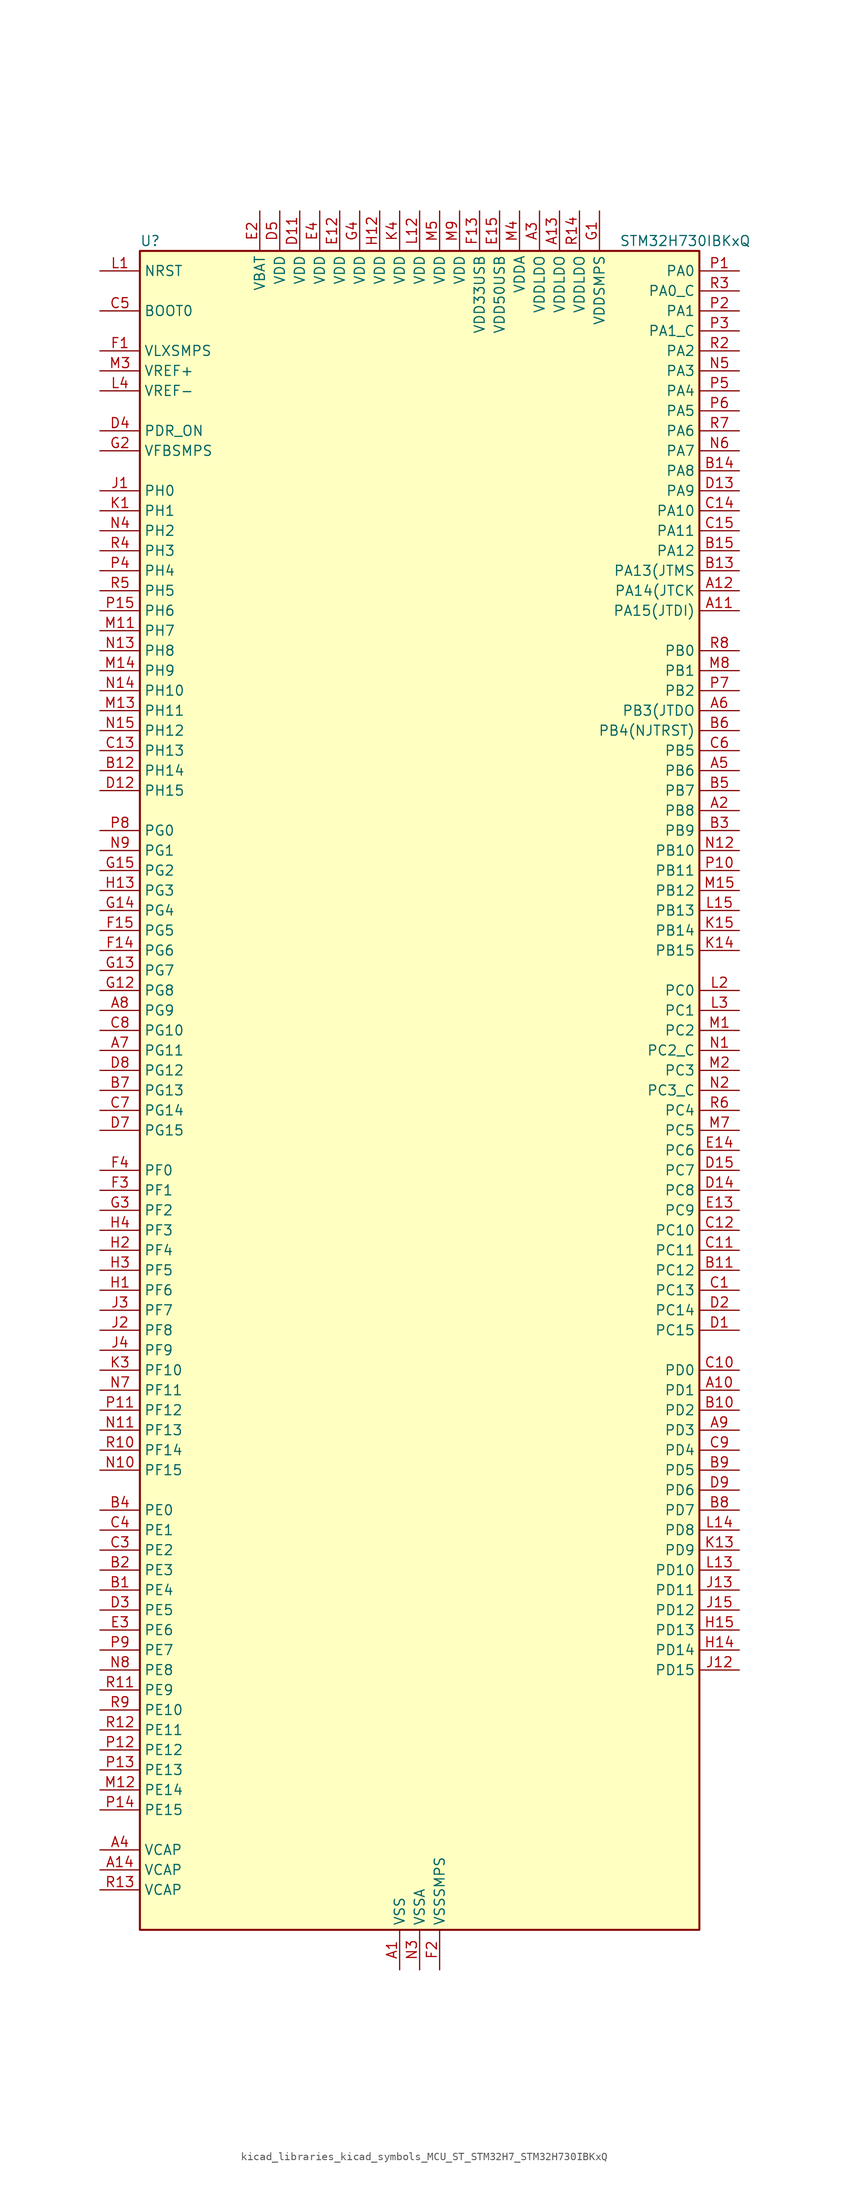
<source format=kicad_sym>
(kicad_symbol_lib
  (version 20220914)
  (generator kicad_symbol_editor)
  (symbol "kicad_libraries_kicad_symbols_MCU_ST_STM32H7_STM32H730IBKxQ"
    (property "Reference" "U"
      (at -35.56 107.95 0)
      (effects (font (size 1.27 1.27)) (justify left)))
    (property "Value" "STM32H730IBKxQ"
      (at 25.4 107.95 0)
      (effects (font (size 1.27 1.27)) (justify left)))
    (property "ki_locked" ""
      (at 0 0 0)
      (effects (font (size 1.27 1.27))))
    (symbol "kicad_libraries_kicad_symbols_MCU_ST_STM32H7_STM32H730IBKxQ_0_1"
      (rectangle (start -35.56 -106.68) (end 35.56 106.68) (stroke (width 0.254) (type default)) (fill (type background))))
    (symbol "kicad_libraries_kicad_symbols_MCU_ST_STM32H7_STM32H730IBKxQ_1_1"
      (pin power_in line (at -2.54 -111.76 90) (length 5.08) (name "VSS" (effects (font (size 1.27 1.27)))) (number "A1" (effects (font (size 1.27 1.27)))))
      (pin bidirectional line (at 40.64 -38.1 180) (length 5.08) (name "PD1" (effects (font (size 1.27 1.27)))) (number "A10" (effects (font (size 1.27 1.27)))) (alternate "DFSDM1_DATIN6" bidirectional line) (alternate "FDCAN1_TX" bidirectional line) (alternate "FMC_D3" bidirectional line) (alternate "FMC_DA3" bidirectional line) (alternate "UART4_TX" bidirectional line))
      (pin bidirectional line (at 40.64 60.96 180) (length 5.08) (name "PA15(JTDI)" (effects (font (size 1.27 1.27)))) (number "A11" (effects (font (size 1.27 1.27)))) (alternate "ADC1_EXTI15" bidirectional line) (alternate "ADC2_EXTI15" bidirectional line) (alternate "ADC3_EXTI15" bidirectional line) (alternate "CEC" bidirectional line) (alternate "DEBUG_JTDI" bidirectional line) (alternate "I2S1_WS" bidirectional line) (alternate "I2S3_WS" bidirectional line) (alternate "I2S6_WS" bidirectional line) (alternate "LTDC_B6" bidirectional line) (alternate "LTDC_R3" bidirectional line) (alternate "SPI1_NSS" bidirectional line) (alternate "SPI3_NSS" bidirectional line) (alternate "SPI6_NSS" bidirectional line) (alternate "TIM2_CH1" bidirectional line) (alternate "TIM2_ETR" bidirectional line) (alternate "UART4_DE" bidirectional line) (alternate "UART4_RTS" bidirectional line) (alternate "UART7_TX" bidirectional line))
      (pin bidirectional line (at 40.64 63.5 180) (length 5.08) (name "PA14(JTCK" (effects (font (size 1.27 1.27)))) (number "A12" (effects (font (size 1.27 1.27)))) (alternate "DEBUG_JTCK-SWCLK" bidirectional line))
      (pin power_in line (at 17.78 111.76 270) (length 5.08) (name "VDDLDO" (effects (font (size 1.27 1.27)))) (number "A13" (effects (font (size 1.27 1.27)))))
      (pin power_out line (at -40.64 -99.06 0) (length 5.08) (name "VCAP" (effects (font (size 1.27 1.27)))) (number "A14" (effects (font (size 1.27 1.27)))))
      (pin passive line (at -2.54 -111.76 90) (length 5.08) hide (name "VSS" (effects (font (size 1.27 1.27)))) (number "A15" (effects (font (size 1.27 1.27)))))
      (pin bidirectional line (at 40.64 35.56 180) (length 5.08) (name "PB8" (effects (font (size 1.27 1.27)))) (number "A2" (effects (font (size 1.27 1.27)))) (alternate "DCMI_D6" bidirectional line) (alternate "DFSDM1_CKIN7" bidirectional line) (alternate "ETH_TXD3" bidirectional line) (alternate "FDCAN1_RX" bidirectional line) (alternate "I2C1_SCL" bidirectional line) (alternate "I2C4_SCL" bidirectional line) (alternate "LTDC_B6" bidirectional line) (alternate "PSSI_D6" bidirectional line) (alternate "SDMMC1_CKIN" bidirectional line) (alternate "SDMMC1_D4" bidirectional line) (alternate "SDMMC2_D4" bidirectional line) (alternate "TIM16_CH1" bidirectional line) (alternate "TIM4_CH3" bidirectional line) (alternate "UART4_RX" bidirectional line))
      (pin power_in line (at 15.24 111.76 270) (length 5.08) (name "VDDLDO" (effects (font (size 1.27 1.27)))) (number "A3" (effects (font (size 1.27 1.27)))))
      (pin power_out line (at -40.64 -96.52 0) (length 5.08) (name "VCAP" (effects (font (size 1.27 1.27)))) (number "A4" (effects (font (size 1.27 1.27)))))
      (pin bidirectional line (at 40.64 40.64 180) (length 5.08) (name "PB6" (effects (font (size 1.27 1.27)))) (number "A5" (effects (font (size 1.27 1.27)))) (alternate "CEC" bidirectional line) (alternate "DCMI_D5" bidirectional line) (alternate "DFSDM1_DATIN5" bidirectional line) (alternate "FDCAN2_TX" bidirectional line) (alternate "FMC_SDNE1" bidirectional line) (alternate "I2C1_SCL" bidirectional line) (alternate "I2C4_SCL" bidirectional line) (alternate "LPUART1_TX" bidirectional line) (alternate "OCTOSPIM_P1_NCS" bidirectional line) (alternate "PSSI_D5" bidirectional line) (alternate "TIM16_CH1N" bidirectional line) (alternate "TIM4_CH1" bidirectional line) (alternate "UART5_TX" bidirectional line) (alternate "USART1_TX" bidirectional line))
      (pin bidirectional line (at 40.64 48.26 180) (length 5.08) (name "PB3(JTDO" (effects (font (size 1.27 1.27)))) (number "A6" (effects (font (size 1.27 1.27)))) (alternate "CRS_SYNC" bidirectional line) (alternate "DEBUG_JTDO-SWO" bidirectional line) (alternate "I2S1_CK" bidirectional line) (alternate "I2S3_CK" bidirectional line) (alternate "I2S6_CK" bidirectional line) (alternate "SDMMC2_D2" bidirectional line) (alternate "SPI1_SCK" bidirectional line) (alternate "SPI3_SCK" bidirectional line) (alternate "SPI6_SCK" bidirectional line) (alternate "TIM24_ETR" bidirectional line) (alternate "TIM2_CH2" bidirectional line) (alternate "UART7_RX" bidirectional line))
      (pin bidirectional line (at -40.64 5.08 0) (length 5.08) (name "PG11" (effects (font (size 1.27 1.27)))) (number "A7" (effects (font (size 1.27 1.27)))) (alternate "ADC1_EXTI11" bidirectional line) (alternate "ADC2_EXTI11" bidirectional line) (alternate "ADC3_EXTI11" bidirectional line) (alternate "DCMI_D3" bidirectional line) (alternate "ETH_TX_EN" bidirectional line) (alternate "I2S1_CK" bidirectional line) (alternate "LPTIM1_IN2" bidirectional line) (alternate "LTDC_B3" bidirectional line) (alternate "OCTOSPIM_P2_IO7" bidirectional line) (alternate "PSSI_D3" bidirectional line) (alternate "SDMMC2_D2" bidirectional line) (alternate "SPDIFRX1_IN0" bidirectional line) (alternate "SPI1_SCK" bidirectional line) (alternate "USART10_RX" bidirectional line))
      (pin bidirectional line (at -40.64 10.16 0) (length 5.08) (name "PG9" (effects (font (size 1.27 1.27)))) (number "A8" (effects (font (size 1.27 1.27)))) (alternate "DAC1_EXTI9" bidirectional line) (alternate "DCMI_VSYNC" bidirectional line) (alternate "FDCAN3_TX" bidirectional line) (alternate "FMC_NCE" bidirectional line) (alternate "FMC_NE2" bidirectional line) (alternate "I2S1_SDI" bidirectional line) (alternate "OCTOSPIM_P1_IO6" bidirectional line) (alternate "PSSI_RDY" bidirectional line) (alternate "SAI4_FS_B" bidirectional line) (alternate "SDMMC2_D0" bidirectional line) (alternate "SPDIFRX1_IN3" bidirectional line) (alternate "SPI1_MISO" bidirectional line) (alternate "USART6_RX" bidirectional line))
      (pin bidirectional line (at 40.64 -43.18 180) (length 5.08) (name "PD3" (effects (font (size 1.27 1.27)))) (number "A9" (effects (font (size 1.27 1.27)))) (alternate "DCMI_D5" bidirectional line) (alternate "DFSDM1_CKOUT" bidirectional line) (alternate "FMC_CLK" bidirectional line) (alternate "I2S2_CK" bidirectional line) (alternate "LTDC_G7" bidirectional line) (alternate "PSSI_D5" bidirectional line) (alternate "SPI2_SCK" bidirectional line) (alternate "USART2_CTS" bidirectional line) (alternate "USART2_NSS" bidirectional line))
      (pin bidirectional line (at -40.64 -63.5 0) (length 5.08) (name "PE4" (effects (font (size 1.27 1.27)))) (number "B1" (effects (font (size 1.27 1.27)))) (alternate "DCMI_D4" bidirectional line) (alternate "DEBUG_TRACED1" bidirectional line) (alternate "DFSDM1_DATIN3" bidirectional line) (alternate "FMC_A20" bidirectional line) (alternate "LTDC_B0" bidirectional line) (alternate "PSSI_D4" bidirectional line) (alternate "SAI1_D2" bidirectional line) (alternate "SAI1_FS_A" bidirectional line) (alternate "SAI4_D2" bidirectional line) (alternate "SAI4_FS_A" bidirectional line) (alternate "SPI4_NSS" bidirectional line) (alternate "TIM15_CH1N" bidirectional line))
      (pin bidirectional line (at 40.64 -40.64 180) (length 5.08) (name "PD2" (effects (font (size 1.27 1.27)))) (number "B10" (effects (font (size 1.27 1.27)))) (alternate "DCMI_D11" bidirectional line) (alternate "DEBUG_TRACED2" bidirectional line) (alternate "FMC_D7" bidirectional line) (alternate "FMC_DA7" bidirectional line) (alternate "LTDC_B2" bidirectional line) (alternate "LTDC_B7" bidirectional line) (alternate "PSSI_D11" bidirectional line) (alternate "SDMMC1_CMD" bidirectional line) (alternate "TIM15_BKIN" bidirectional line) (alternate "TIM3_ETR" bidirectional line) (alternate "UART5_RX" bidirectional line))
      (pin bidirectional line (at 40.64 -22.86 180) (length 5.08) (name "PC12" (effects (font (size 1.27 1.27)))) (number "B11" (effects (font (size 1.27 1.27)))) (alternate "DCMI_D9" bidirectional line) (alternate "DEBUG_TRACED3" bidirectional line) (alternate "FMC_D6" bidirectional line) (alternate "FMC_DA6" bidirectional line) (alternate "I2C5_SMBA" bidirectional line) (alternate "I2S3_SDO" bidirectional line) (alternate "I2S6_CK" bidirectional line) (alternate "LTDC_R6" bidirectional line) (alternate "PSSI_D9" bidirectional line) (alternate "SDMMC1_CK" bidirectional line) (alternate "SPI3_MOSI" bidirectional line) (alternate "SPI6_SCK" bidirectional line) (alternate "TIM15_CH1" bidirectional line) (alternate "UART5_TX" bidirectional line) (alternate "USART3_CK" bidirectional line))
      (pin bidirectional line (at -40.64 40.64 0) (length 5.08) (name "PH14" (effects (font (size 1.27 1.27)))) (number "B12" (effects (font (size 1.27 1.27)))) (alternate "DCMI_D4" bidirectional line) (alternate "FDCAN1_RX" bidirectional line) (alternate "FMC_D22" bidirectional line) (alternate "LTDC_G3" bidirectional line) (alternate "PSSI_D4" bidirectional line) (alternate "TIM8_CH2N" bidirectional line) (alternate "UART4_RX" bidirectional line))
      (pin bidirectional line (at 40.64 66.04 180) (length 5.08) (name "PA13(JTMS" (effects (font (size 1.27 1.27)))) (number "B13" (effects (font (size 1.27 1.27)))) (alternate "DEBUG_JTMS-SWDIO" bidirectional line))
      (pin bidirectional line (at 40.64 78.74 180) (length 5.08) (name "PA8" (effects (font (size 1.27 1.27)))) (number "B14" (effects (font (size 1.27 1.27)))) (alternate "I2C3_SCL" bidirectional line) (alternate "I2C5_SCL" bidirectional line) (alternate "LTDC_B3" bidirectional line) (alternate "LTDC_R6" bidirectional line) (alternate "RCC_MCO_1" bidirectional line) (alternate "TIM1_CH1" bidirectional line) (alternate "TIM8_BKIN2" bidirectional line) (alternate "TIM8_BKIN2_COMP1" bidirectional line) (alternate "TIM8_BKIN2_COMP2" bidirectional line) (alternate "UART7_RX" bidirectional line) (alternate "USART1_CK" bidirectional line) (alternate "USB_OTG_HS_SOF" bidirectional line))
      (pin bidirectional line (at 40.64 68.58 180) (length 5.08) (name "PA12" (effects (font (size 1.27 1.27)))) (number "B15" (effects (font (size 1.27 1.27)))) (alternate "FDCAN1_TX" bidirectional line) (alternate "I2S2_CK" bidirectional line) (alternate "LPUART1_DE" bidirectional line) (alternate "LPUART1_RTS" bidirectional line) (alternate "LTDC_R5" bidirectional line) (alternate "SAI4_FS_B" bidirectional line) (alternate "SPI2_SCK" bidirectional line) (alternate "TIM1_BKIN2" bidirectional line) (alternate "TIM1_ETR" bidirectional line) (alternate "UART4_TX" bidirectional line) (alternate "USART1_DE" bidirectional line) (alternate "USART1_RTS" bidirectional line) (alternate "USB_OTG_HS_DP" bidirectional line))
      (pin bidirectional line (at -40.64 -60.96 0) (length 5.08) (name "PE3" (effects (font (size 1.27 1.27)))) (number "B2" (effects (font (size 1.27 1.27)))) (alternate "DEBUG_TRACED0" bidirectional line) (alternate "FMC_A19" bidirectional line) (alternate "SAI1_SD_B" bidirectional line) (alternate "SAI4_SD_B" bidirectional line) (alternate "TIM15_BKIN" bidirectional line) (alternate "USART10_TX" bidirectional line))
      (pin bidirectional line (at 40.64 33.02 180) (length 5.08) (name "PB9" (effects (font (size 1.27 1.27)))) (number "B3" (effects (font (size 1.27 1.27)))) (alternate "DAC1_EXTI9" bidirectional line) (alternate "DCMI_D7" bidirectional line) (alternate "DFSDM1_DATIN7" bidirectional line) (alternate "FDCAN1_TX" bidirectional line) (alternate "I2C1_SDA" bidirectional line) (alternate "I2C4_SDA" bidirectional line) (alternate "I2C4_SMBA" bidirectional line) (alternate "I2S2_WS" bidirectional line) (alternate "LTDC_B7" bidirectional line) (alternate "PSSI_D7" bidirectional line) (alternate "SDMMC1_CDIR" bidirectional line) (alternate "SDMMC1_D5" bidirectional line) (alternate "SDMMC2_D5" bidirectional line) (alternate "SPI2_NSS" bidirectional line) (alternate "TIM17_CH1" bidirectional line) (alternate "TIM4_CH4" bidirectional line) (alternate "UART4_TX" bidirectional line))
      (pin bidirectional line (at -40.64 -53.34 0) (length 5.08) (name "PE0" (effects (font (size 1.27 1.27)))) (number "B4" (effects (font (size 1.27 1.27)))) (alternate "DCMI_D2" bidirectional line) (alternate "FMC_NBL0" bidirectional line) (alternate "LPTIM1_ETR" bidirectional line) (alternate "LPTIM2_ETR" bidirectional line) (alternate "LTDC_R0" bidirectional line) (alternate "PSSI_D2" bidirectional line) (alternate "SAI4_MCLK_A" bidirectional line) (alternate "TIM4_ETR" bidirectional line) (alternate "UART8_RX" bidirectional line))
      (pin bidirectional line (at 40.64 38.1 180) (length 5.08) (name "PB7" (effects (font (size 1.27 1.27)))) (number "B5" (effects (font (size 1.27 1.27)))) (alternate "DCMI_VSYNC" bidirectional line) (alternate "DFSDM1_CKIN5" bidirectional line) (alternate "FMC_NL" bidirectional line) (alternate "I2C1_SDA" bidirectional line) (alternate "I2C4_SDA" bidirectional line) (alternate "LPUART1_RX" bidirectional line) (alternate "PSSI_RDY" bidirectional line) (alternate "PWR_PVD_IN" bidirectional line) (alternate "TIM17_CH1N" bidirectional line) (alternate "TIM4_CH2" bidirectional line) (alternate "USART1_RX" bidirectional line))
      (pin bidirectional line (at 40.64 45.72 180) (length 5.08) (name "PB4(NJTRST)" (effects (font (size 1.27 1.27)))) (number "B6" (effects (font (size 1.27 1.27)))) (alternate "DEBUG_JTRST" bidirectional line) (alternate "I2S1_SDI" bidirectional line) (alternate "I2S2_WS" bidirectional line) (alternate "I2S3_SDI" bidirectional line) (alternate "I2S6_SDI" bidirectional line) (alternate "SDMMC2_D3" bidirectional line) (alternate "SPI1_MISO" bidirectional line) (alternate "SPI2_NSS" bidirectional line) (alternate "SPI3_MISO" bidirectional line) (alternate "SPI6_MISO" bidirectional line) (alternate "TIM16_BKIN" bidirectional line) (alternate "TIM3_CH1" bidirectional line) (alternate "UART7_TX" bidirectional line))
      (pin bidirectional line (at -40.64 0 0) (length 5.08) (name "PG13" (effects (font (size 1.27 1.27)))) (number "B7" (effects (font (size 1.27 1.27)))) (alternate "DEBUG_TRACED0" bidirectional line) (alternate "ETH_TXD0" bidirectional line) (alternate "FMC_A24" bidirectional line) (alternate "I2S6_CK" bidirectional line) (alternate "LPTIM1_OUT" bidirectional line) (alternate "LTDC_R0" bidirectional line) (alternate "SDMMC2_D6" bidirectional line) (alternate "SPI6_SCK" bidirectional line) (alternate "TIM23_CH2" bidirectional line) (alternate "USART10_CTS" bidirectional line) (alternate "USART10_NSS" bidirectional line) (alternate "USART6_CTS" bidirectional line) (alternate "USART6_NSS" bidirectional line))
      (pin bidirectional line (at 40.64 -53.34 180) (length 5.08) (name "PD7" (effects (font (size 1.27 1.27)))) (number "B8" (effects (font (size 1.27 1.27)))) (alternate "DFSDM1_CKIN1" bidirectional line) (alternate "DFSDM1_DATIN4" bidirectional line) (alternate "FMC_NE1" bidirectional line) (alternate "I2S1_SDO" bidirectional line) (alternate "OCTOSPIM_P1_IO7" bidirectional line) (alternate "SDMMC2_CMD" bidirectional line) (alternate "SPDIFRX1_IN0" bidirectional line) (alternate "SPI1_MOSI" bidirectional line) (alternate "USART2_CK" bidirectional line))
      (pin bidirectional line (at 40.64 -48.26 180) (length 5.08) (name "PD5" (effects (font (size 1.27 1.27)))) (number "B9" (effects (font (size 1.27 1.27)))) (alternate "FMC_NWE" bidirectional line) (alternate "OCTOSPIM_P1_IO5" bidirectional line) (alternate "USART2_TX" bidirectional line))
      (pin bidirectional line (at 40.64 -25.4 180) (length 5.08) (name "PC13" (effects (font (size 1.27 1.27)))) (number "C1" (effects (font (size 1.27 1.27)))) (alternate "PWR_WKUP4" bidirectional line) (alternate "RTC_OUT_ALARM" bidirectional line) (alternate "RTC_OUT_CALIB" bidirectional line) (alternate "RTC_TAMP1" bidirectional line) (alternate "RTC_TS" bidirectional line))
      (pin bidirectional line (at 40.64 -35.56 180) (length 5.08) (name "PD0" (effects (font (size 1.27 1.27)))) (number "C10" (effects (font (size 1.27 1.27)))) (alternate "DFSDM1_CKIN6" bidirectional line) (alternate "FDCAN1_RX" bidirectional line) (alternate "FMC_D2" bidirectional line) (alternate "FMC_DA2" bidirectional line) (alternate "LTDC_B1" bidirectional line) (alternate "UART4_RX" bidirectional line) (alternate "UART9_CTS" bidirectional line))
      (pin bidirectional line (at 40.64 -20.32 180) (length 5.08) (name "PC11" (effects (font (size 1.27 1.27)))) (number "C11" (effects (font (size 1.27 1.27)))) (alternate "ADC1_EXTI11" bidirectional line) (alternate "ADC2_EXTI11" bidirectional line) (alternate "ADC3_EXTI11" bidirectional line) (alternate "DCMI_D4" bidirectional line) (alternate "DFSDM1_DATIN5" bidirectional line) (alternate "I2C5_SCL" bidirectional line) (alternate "I2S3_SDI" bidirectional line) (alternate "LTDC_B4" bidirectional line) (alternate "OCTOSPIM_P1_NCS" bidirectional line) (alternate "PSSI_D4" bidirectional line) (alternate "SDMMC1_D3" bidirectional line) (alternate "SPI3_MISO" bidirectional line) (alternate "UART4_RX" bidirectional line) (alternate "USART3_RX" bidirectional line))
      (pin bidirectional line (at 40.64 -17.78 180) (length 5.08) (name "PC10" (effects (font (size 1.27 1.27)))) (number "C12" (effects (font (size 1.27 1.27)))) (alternate "DCMI_D8" bidirectional line) (alternate "DFSDM1_CKIN5" bidirectional line) (alternate "I2C5_SDA" bidirectional line) (alternate "I2S3_CK" bidirectional line) (alternate "LTDC_B1" bidirectional line) (alternate "LTDC_R2" bidirectional line) (alternate "OCTOSPIM_P1_IO1" bidirectional line) (alternate "PSSI_D8" bidirectional line) (alternate "SDMMC1_D2" bidirectional line) (alternate "SPI3_SCK" bidirectional line) (alternate "SWPMI1_RX" bidirectional line) (alternate "UART4_TX" bidirectional line) (alternate "USART3_TX" bidirectional line))
      (pin bidirectional line (at -40.64 43.18 0) (length 5.08) (name "PH13" (effects (font (size 1.27 1.27)))) (number "C13" (effects (font (size 1.27 1.27)))) (alternate "FDCAN1_TX" bidirectional line) (alternate "FMC_D21" bidirectional line) (alternate "LTDC_G2" bidirectional line) (alternate "TIM8_CH1N" bidirectional line) (alternate "UART4_TX" bidirectional line))
      (pin bidirectional line (at 40.64 73.66 180) (length 5.08) (name "PA10" (effects (font (size 1.27 1.27)))) (number "C14" (effects (font (size 1.27 1.27)))) (alternate "DCMI_D1" bidirectional line) (alternate "LPUART1_RX" bidirectional line) (alternate "LTDC_B1" bidirectional line) (alternate "LTDC_B4" bidirectional line) (alternate "MDIOS_MDIO" bidirectional line) (alternate "PSSI_D1" bidirectional line) (alternate "TIM1_CH3" bidirectional line) (alternate "USART1_RX" bidirectional line) (alternate "USB_OTG_HS_ID" bidirectional line))
      (pin bidirectional line (at 40.64 71.12 180) (length 5.08) (name "PA11" (effects (font (size 1.27 1.27)))) (number "C15" (effects (font (size 1.27 1.27)))) (alternate "ADC1_EXTI11" bidirectional line) (alternate "ADC2_EXTI11" bidirectional line) (alternate "ADC3_EXTI11" bidirectional line) (alternate "FDCAN1_RX" bidirectional line) (alternate "I2S2_WS" bidirectional line) (alternate "LPUART1_CTS" bidirectional line) (alternate "LTDC_R4" bidirectional line) (alternate "SPI2_NSS" bidirectional line) (alternate "TIM1_CH4" bidirectional line) (alternate "UART4_RX" bidirectional line) (alternate "USART1_CTS" bidirectional line) (alternate "USART1_NSS" bidirectional line) (alternate "USB_OTG_HS_DM" bidirectional line))
      (pin passive line (at -2.54 -111.76 90) (length 5.08) hide (name "VSS" (effects (font (size 1.27 1.27)))) (number "C2" (effects (font (size 1.27 1.27)))))
      (pin bidirectional line (at -40.64 -58.42 0) (length 5.08) (name "PE2" (effects (font (size 1.27 1.27)))) (number "C3" (effects (font (size 1.27 1.27)))) (alternate "DEBUG_TRACECLK" bidirectional line) (alternate "ETH_TXD3" bidirectional line) (alternate "FMC_A23" bidirectional line) (alternate "OCTOSPIM_P1_IO2" bidirectional line) (alternate "SAI1_CK1" bidirectional line) (alternate "SAI1_MCLK_A" bidirectional line) (alternate "SAI4_CK1" bidirectional line) (alternate "SAI4_MCLK_A" bidirectional line) (alternate "SPI4_SCK" bidirectional line) (alternate "USART10_RX" bidirectional line))
      (pin bidirectional line (at -40.64 -55.88 0) (length 5.08) (name "PE1" (effects (font (size 1.27 1.27)))) (number "C4" (effects (font (size 1.27 1.27)))) (alternate "DCMI_D3" bidirectional line) (alternate "FMC_NBL1" bidirectional line) (alternate "LPTIM1_IN2" bidirectional line) (alternate "LTDC_R6" bidirectional line) (alternate "PSSI_D3" bidirectional line) (alternate "UART8_TX" bidirectional line))
      (pin input line (at -40.64 99.06 0) (length 5.08) (name "BOOT0" (effects (font (size 1.27 1.27)))) (number "C5" (effects (font (size 1.27 1.27)))))
      (pin bidirectional line (at 40.64 43.18 180) (length 5.08) (name "PB5" (effects (font (size 1.27 1.27)))) (number "C6" (effects (font (size 1.27 1.27)))) (alternate "DCMI_D10" bidirectional line) (alternate "ETH_PPS_OUT" bidirectional line) (alternate "FDCAN2_RX" bidirectional line) (alternate "FMC_SDCKE1" bidirectional line) (alternate "I2C1_SMBA" bidirectional line) (alternate "I2C4_SMBA" bidirectional line) (alternate "I2S1_SDO" bidirectional line) (alternate "I2S3_SDO" bidirectional line) (alternate "I2S6_SDO" bidirectional line) (alternate "LTDC_B5" bidirectional line) (alternate "PSSI_D10" bidirectional line) (alternate "SPI1_MOSI" bidirectional line) (alternate "SPI3_MOSI" bidirectional line) (alternate "SPI6_MOSI" bidirectional line) (alternate "TIM17_BKIN" bidirectional line) (alternate "TIM3_CH2" bidirectional line) (alternate "UART5_RX" bidirectional line) (alternate "USB_OTG_HS_ULPI_D7" bidirectional line))
      (pin bidirectional line (at -40.64 -2.54 0) (length 5.08) (name "PG14" (effects (font (size 1.27 1.27)))) (number "C7" (effects (font (size 1.27 1.27)))) (alternate "DEBUG_TRACED1" bidirectional line) (alternate "ETH_TXD1" bidirectional line) (alternate "FMC_A25" bidirectional line) (alternate "I2S6_SDO" bidirectional line) (alternate "LPTIM1_ETR" bidirectional line) (alternate "LTDC_B0" bidirectional line) (alternate "OCTOSPIM_P1_IO7" bidirectional line) (alternate "SDMMC2_D7" bidirectional line) (alternate "SPI6_MOSI" bidirectional line) (alternate "TIM23_CH3" bidirectional line) (alternate "USART10_DE" bidirectional line) (alternate "USART10_RTS" bidirectional line) (alternate "USART6_TX" bidirectional line))
      (pin bidirectional line (at -40.64 7.62 0) (length 5.08) (name "PG10" (effects (font (size 1.27 1.27)))) (number "C8" (effects (font (size 1.27 1.27)))) (alternate "DCMI_D2" bidirectional line) (alternate "FDCAN3_RX" bidirectional line) (alternate "FMC_NE3" bidirectional line) (alternate "I2S1_WS" bidirectional line) (alternate "LTDC_B2" bidirectional line) (alternate "LTDC_G3" bidirectional line) (alternate "OCTOSPIM_P2_IO6" bidirectional line) (alternate "PSSI_D2" bidirectional line) (alternate "SAI4_SD_B" bidirectional line) (alternate "SDMMC2_D1" bidirectional line) (alternate "SPI1_NSS" bidirectional line))
      (pin bidirectional line (at 40.64 -45.72 180) (length 5.08) (name "PD4" (effects (font (size 1.27 1.27)))) (number "C9" (effects (font (size 1.27 1.27)))) (alternate "FMC_NOE" bidirectional line) (alternate "OCTOSPIM_P1_IO4" bidirectional line) (alternate "USART2_DE" bidirectional line) (alternate "USART2_RTS" bidirectional line))
      (pin bidirectional line (at 40.64 -30.48 180) (length 5.08) (name "PC15" (effects (font (size 1.27 1.27)))) (number "D1" (effects (font (size 1.27 1.27)))) (alternate "ADC1_EXTI15" bidirectional line) (alternate "ADC2_EXTI15" bidirectional line) (alternate "ADC3_EXTI15" bidirectional line) (alternate "RCC_OSC32_OUT" bidirectional line))
      (pin passive line (at -2.54 -111.76 90) (length 5.08) hide (name "VSS" (effects (font (size 1.27 1.27)))) (number "D10" (effects (font (size 1.27 1.27)))))
      (pin power_in line (at -15.24 111.76 270) (length 5.08) (name "VDD" (effects (font (size 1.27 1.27)))) (number "D11" (effects (font (size 1.27 1.27)))))
      (pin bidirectional line (at -40.64 38.1 0) (length 5.08) (name "PH15" (effects (font (size 1.27 1.27)))) (number "D12" (effects (font (size 1.27 1.27)))) (alternate "ADC1_EXTI15" bidirectional line) (alternate "ADC2_EXTI15" bidirectional line) (alternate "ADC3_EXTI15" bidirectional line) (alternate "DCMI_D11" bidirectional line) (alternate "FMC_D23" bidirectional line) (alternate "LTDC_G4" bidirectional line) (alternate "PSSI_D11" bidirectional line) (alternate "TIM8_CH3N" bidirectional line))
      (pin bidirectional line (at 40.64 76.2 180) (length 5.08) (name "PA9" (effects (font (size 1.27 1.27)))) (number "D13" (effects (font (size 1.27 1.27)))) (alternate "DAC1_EXTI9" bidirectional line) (alternate "DCMI_D0" bidirectional line) (alternate "ETH_TX_ER" bidirectional line) (alternate "I2C3_SMBA" bidirectional line) (alternate "I2C5_SMBA" bidirectional line) (alternate "I2S2_CK" bidirectional line) (alternate "LPUART1_TX" bidirectional line) (alternate "LTDC_R5" bidirectional line) (alternate "PSSI_D0" bidirectional line) (alternate "SPI2_SCK" bidirectional line) (alternate "TIM1_CH2" bidirectional line) (alternate "USART1_TX" bidirectional line) (alternate "USB_OTG_HS_VBUS" bidirectional line))
      (pin bidirectional line (at 40.64 -12.7 180) (length 5.08) (name "PC8" (effects (font (size 1.27 1.27)))) (number "D14" (effects (font (size 1.27 1.27)))) (alternate "DCMI_D2" bidirectional line) (alternate "DEBUG_TRACED1" bidirectional line) (alternate "FMC_INT" bidirectional line) (alternate "FMC_NCE" bidirectional line) (alternate "FMC_NE2" bidirectional line) (alternate "PSSI_D2" bidirectional line) (alternate "SDMMC1_D0" bidirectional line) (alternate "SWPMI1_RX" bidirectional line) (alternate "TIM3_CH3" bidirectional line) (alternate "TIM8_CH3" bidirectional line) (alternate "UART5_DE" bidirectional line) (alternate "UART5_RTS" bidirectional line) (alternate "USART6_CK" bidirectional line))
      (pin bidirectional line (at 40.64 -10.16 180) (length 5.08) (name "PC7" (effects (font (size 1.27 1.27)))) (number "D15" (effects (font (size 1.27 1.27)))) (alternate "DCMI_D1" bidirectional line) (alternate "DEBUG_TRGIO" bidirectional line) (alternate "DFSDM1_DATIN3" bidirectional line) (alternate "FMC_NE1" bidirectional line) (alternate "I2S3_MCK" bidirectional line) (alternate "LTDC_G6" bidirectional line) (alternate "PSSI_D1" bidirectional line) (alternate "SDMMC1_D123DIR" bidirectional line) (alternate "SDMMC1_D7" bidirectional line) (alternate "SDMMC2_D7" bidirectional line) (alternate "SWPMI1_TX" bidirectional line) (alternate "TIM3_CH2" bidirectional line) (alternate "TIM8_CH2" bidirectional line) (alternate "USART6_RX" bidirectional line))
      (pin bidirectional line (at 40.64 -27.94 180) (length 5.08) (name "PC14" (effects (font (size 1.27 1.27)))) (number "D2" (effects (font (size 1.27 1.27)))) (alternate "RCC_OSC32_IN" bidirectional line))
      (pin bidirectional line (at -40.64 -66.04 0) (length 5.08) (name "PE5" (effects (font (size 1.27 1.27)))) (number "D3" (effects (font (size 1.27 1.27)))) (alternate "DCMI_D6" bidirectional line) (alternate "DEBUG_TRACED2" bidirectional line) (alternate "DFSDM1_CKIN3" bidirectional line) (alternate "FMC_A21" bidirectional line) (alternate "LTDC_G0" bidirectional line) (alternate "PSSI_D6" bidirectional line) (alternate "SAI1_CK2" bidirectional line) (alternate "SAI1_SCK_A" bidirectional line) (alternate "SAI4_CK2" bidirectional line) (alternate "SAI4_SCK_A" bidirectional line) (alternate "SPI4_MISO" bidirectional line) (alternate "TIM15_CH1" bidirectional line))
      (pin input line (at -40.64 83.82 0) (length 5.08) (name "PDR_ON" (effects (font (size 1.27 1.27)))) (number "D4" (effects (font (size 1.27 1.27)))))
      (pin power_in line (at -17.78 111.76 270) (length 5.08) (name "VDD" (effects (font (size 1.27 1.27)))) (number "D5" (effects (font (size 1.27 1.27)))))
      (pin passive line (at -2.54 -111.76 90) (length 5.08) hide (name "VSS" (effects (font (size 1.27 1.27)))) (number "D6" (effects (font (size 1.27 1.27)))))
      (pin bidirectional line (at -40.64 -5.08 0) (length 5.08) (name "PG15" (effects (font (size 1.27 1.27)))) (number "D7" (effects (font (size 1.27 1.27)))) (alternate "ADC1_EXTI15" bidirectional line) (alternate "ADC2_EXTI15" bidirectional line) (alternate "ADC3_EXTI15" bidirectional line) (alternate "DCMI_D13" bidirectional line) (alternate "FMC_SDNCAS" bidirectional line) (alternate "OCTOSPIM_P2_DQS" bidirectional line) (alternate "PSSI_D13" bidirectional line) (alternate "USART10_CK" bidirectional line) (alternate "USART6_CTS" bidirectional line) (alternate "USART6_NSS" bidirectional line))
      (pin bidirectional line (at -40.64 2.54 0) (length 5.08) (name "PG12" (effects (font (size 1.27 1.27)))) (number "D8" (effects (font (size 1.27 1.27)))) (alternate "ETH_TXD1" bidirectional line) (alternate "FMC_NE4" bidirectional line) (alternate "I2S6_SDI" bidirectional line) (alternate "LPTIM1_IN1" bidirectional line) (alternate "LTDC_B1" bidirectional line) (alternate "LTDC_B4" bidirectional line) (alternate "OCTOSPIM_P2_NCS" bidirectional line) (alternate "SDMMC2_D3" bidirectional line) (alternate "SPDIFRX1_IN1" bidirectional line) (alternate "SPI6_MISO" bidirectional line) (alternate "TIM23_CH1" bidirectional line) (alternate "USART10_TX" bidirectional line) (alternate "USART6_DE" bidirectional line) (alternate "USART6_RTS" bidirectional line))
      (pin bidirectional line (at 40.64 -50.8 180) (length 5.08) (name "PD6" (effects (font (size 1.27 1.27)))) (number "D9" (effects (font (size 1.27 1.27)))) (alternate "DCMI_D10" bidirectional line) (alternate "DFSDM1_CKIN4" bidirectional line) (alternate "DFSDM1_DATIN1" bidirectional line) (alternate "FMC_NWAIT" bidirectional line) (alternate "I2S3_SDO" bidirectional line) (alternate "LTDC_B2" bidirectional line) (alternate "OCTOSPIM_P1_IO6" bidirectional line) (alternate "PSSI_D10" bidirectional line) (alternate "SAI1_D1" bidirectional line) (alternate "SAI1_SD_A" bidirectional line) (alternate "SAI4_D1" bidirectional line) (alternate "SAI4_SD_A" bidirectional line) (alternate "SDMMC2_CK" bidirectional line) (alternate "SPI3_MOSI" bidirectional line) (alternate "USART2_RX" bidirectional line))
      (pin passive line (at -2.54 -111.76 90) (length 5.08) hide (name "VSS" (effects (font (size 1.27 1.27)))) (number "E1" (effects (font (size 1.27 1.27)))))
      (pin power_in line (at -10.16 111.76 270) (length 5.08) (name "VDD" (effects (font (size 1.27 1.27)))) (number "E12" (effects (font (size 1.27 1.27)))))
      (pin bidirectional line (at 40.64 -15.24 180) (length 5.08) (name "PC9" (effects (font (size 1.27 1.27)))) (number "E13" (effects (font (size 1.27 1.27)))) (alternate "DAC1_EXTI9" bidirectional line) (alternate "DCMI_D3" bidirectional line) (alternate "I2C3_SDA" bidirectional line) (alternate "I2C5_SDA" bidirectional line) (alternate "I2S_CKIN" bidirectional line) (alternate "LTDC_B2" bidirectional line) (alternate "LTDC_G3" bidirectional line) (alternate "OCTOSPIM_P1_IO0" bidirectional line) (alternate "PSSI_D3" bidirectional line) (alternate "RCC_MCO_2" bidirectional line) (alternate "SDMMC1_D1" bidirectional line) (alternate "SWPMI1_SUSPEND" bidirectional line) (alternate "TIM3_CH4" bidirectional line) (alternate "TIM8_CH4" bidirectional line) (alternate "UART5_CTS" bidirectional line))
      (pin bidirectional line (at 40.64 -7.62 180) (length 5.08) (name "PC6" (effects (font (size 1.27 1.27)))) (number "E14" (effects (font (size 1.27 1.27)))) (alternate "DCMI_D0" bidirectional line) (alternate "DFSDM1_CKIN3" bidirectional line) (alternate "FMC_NWAIT" bidirectional line) (alternate "I2S2_MCK" bidirectional line) (alternate "LTDC_HSYNC" bidirectional line) (alternate "PSSI_D0" bidirectional line) (alternate "SDMMC1_D0DIR" bidirectional line) (alternate "SDMMC1_D6" bidirectional line) (alternate "SDMMC2_D6" bidirectional line) (alternate "SWPMI1_IO" bidirectional line) (alternate "TIM3_CH1" bidirectional line) (alternate "TIM8_CH1" bidirectional line) (alternate "USART6_TX" bidirectional line))
      (pin power_in line (at 10.16 111.76 270) (length 5.08) (name "VDD50USB" (effects (font (size 1.27 1.27)))) (number "E15" (effects (font (size 1.27 1.27)))))
      (pin power_in line (at -20.32 111.76 270) (length 5.08) (name "VBAT" (effects (font (size 1.27 1.27)))) (number "E2" (effects (font (size 1.27 1.27)))))
      (pin bidirectional line (at -40.64 -68.58 0) (length 5.08) (name "PE6" (effects (font (size 1.27 1.27)))) (number "E3" (effects (font (size 1.27 1.27)))) (alternate "DCMI_D7" bidirectional line) (alternate "DEBUG_TRACED3" bidirectional line) (alternate "FMC_A22" bidirectional line) (alternate "LTDC_G1" bidirectional line) (alternate "PSSI_D7" bidirectional line) (alternate "SAI1_D1" bidirectional line) (alternate "SAI1_SD_A" bidirectional line) (alternate "SAI4_D1" bidirectional line) (alternate "SAI4_MCLK_B" bidirectional line) (alternate "SAI4_SD_A" bidirectional line) (alternate "SPI4_MOSI" bidirectional line) (alternate "TIM15_CH2" bidirectional line) (alternate "TIM1_BKIN2" bidirectional line) (alternate "TIM1_BKIN2_COMP1" bidirectional line) (alternate "TIM1_BKIN2_COMP2" bidirectional line))
      (pin power_in line (at -12.7 111.76 270) (length 5.08) (name "VDD" (effects (font (size 1.27 1.27)))) (number "E4" (effects (font (size 1.27 1.27)))))
      (pin power_in line (at -40.64 93.98 0) (length 5.08) (name "VLXSMPS" (effects (font (size 1.27 1.27)))) (number "F1" (effects (font (size 1.27 1.27)))))
      (pin passive line (at -2.54 -111.76 90) (length 5.08) hide (name "VSS" (effects (font (size 1.27 1.27)))) (number "F10" (effects (font (size 1.27 1.27)))))
      (pin passive line (at -2.54 -111.76 90) (length 5.08) hide (name "VSS" (effects (font (size 1.27 1.27)))) (number "F12" (effects (font (size 1.27 1.27)))))
      (pin power_in line (at 7.62 111.76 270) (length 5.08) (name "VDD33USB" (effects (font (size 1.27 1.27)))) (number "F13" (effects (font (size 1.27 1.27)))))
      (pin bidirectional line (at -40.64 17.78 0) (length 5.08) (name "PG6" (effects (font (size 1.27 1.27)))) (number "F14" (effects (font (size 1.27 1.27)))) (alternate "DCMI_D12" bidirectional line) (alternate "FMC_NE3" bidirectional line) (alternate "LTDC_R7" bidirectional line) (alternate "OCTOSPIM_P1_NCS" bidirectional line) (alternate "PSSI_D12" bidirectional line) (alternate "TIM17_BKIN" bidirectional line))
      (pin bidirectional line (at -40.64 20.32 0) (length 5.08) (name "PG5" (effects (font (size 1.27 1.27)))) (number "F15" (effects (font (size 1.27 1.27)))) (alternate "FMC_A15" bidirectional line) (alternate "FMC_BA1" bidirectional line) (alternate "TIM1_ETR" bidirectional line))
      (pin power_in line (at 2.54 -111.76 90) (length 5.08) (name "VSSSMPS" (effects (font (size 1.27 1.27)))) (number "F2" (effects (font (size 1.27 1.27)))))
      (pin bidirectional line (at -40.64 -12.7 0) (length 5.08) (name "PF1" (effects (font (size 1.27 1.27)))) (number "F3" (effects (font (size 1.27 1.27)))) (alternate "FMC_A1" bidirectional line) (alternate "I2C2_SCL" bidirectional line) (alternate "I2C5_SCL" bidirectional line) (alternate "OCTOSPIM_P2_IO1" bidirectional line) (alternate "TIM23_CH2" bidirectional line))
      (pin bidirectional line (at -40.64 -10.16 0) (length 5.08) (name "PF0" (effects (font (size 1.27 1.27)))) (number "F4" (effects (font (size 1.27 1.27)))) (alternate "FMC_A0" bidirectional line) (alternate "I2C2_SDA" bidirectional line) (alternate "I2C5_SDA" bidirectional line) (alternate "OCTOSPIM_P2_IO0" bidirectional line) (alternate "TIM23_CH1" bidirectional line))
      (pin passive line (at -2.54 -111.76 90) (length 5.08) hide (name "VSS" (effects (font (size 1.27 1.27)))) (number "F6" (effects (font (size 1.27 1.27)))))
      (pin passive line (at -2.54 -111.76 90) (length 5.08) hide (name "VSS" (effects (font (size 1.27 1.27)))) (number "F7" (effects (font (size 1.27 1.27)))))
      (pin passive line (at -2.54 -111.76 90) (length 5.08) hide (name "VSS" (effects (font (size 1.27 1.27)))) (number "F8" (effects (font (size 1.27 1.27)))))
      (pin passive line (at -2.54 -111.76 90) (length 5.08) hide (name "VSS" (effects (font (size 1.27 1.27)))) (number "F9" (effects (font (size 1.27 1.27)))))
      (pin power_in line (at 22.86 111.76 270) (length 5.08) (name "VDDSMPS" (effects (font (size 1.27 1.27)))) (number "G1" (effects (font (size 1.27 1.27)))))
      (pin passive line (at -2.54 -111.76 90) (length 5.08) hide (name "VSS" (effects (font (size 1.27 1.27)))) (number "G10" (effects (font (size 1.27 1.27)))))
      (pin bidirectional line (at -40.64 12.7 0) (length 5.08) (name "PG8" (effects (font (size 1.27 1.27)))) (number "G12" (effects (font (size 1.27 1.27)))) (alternate "ETH_PPS_OUT" bidirectional line) (alternate "FMC_SDCLK" bidirectional line) (alternate "I2S6_WS" bidirectional line) (alternate "LTDC_G7" bidirectional line) (alternate "SPDIFRX1_IN2" bidirectional line) (alternate "SPI6_NSS" bidirectional line) (alternate "TIM8_ETR" bidirectional line) (alternate "USART6_DE" bidirectional line) (alternate "USART6_RTS" bidirectional line))
      (pin bidirectional line (at -40.64 15.24 0) (length 5.08) (name "PG7" (effects (font (size 1.27 1.27)))) (number "G13" (effects (font (size 1.27 1.27)))) (alternate "DCMI_D13" bidirectional line) (alternate "FMC_INT" bidirectional line) (alternate "LTDC_CLK" bidirectional line) (alternate "OCTOSPIM_P2_DQS" bidirectional line) (alternate "PSSI_D13" bidirectional line) (alternate "SAI1_MCLK_A" bidirectional line) (alternate "USART6_CK" bidirectional line))
      (pin bidirectional line (at -40.64 22.86 0) (length 5.08) (name "PG4" (effects (font (size 1.27 1.27)))) (number "G14" (effects (font (size 1.27 1.27)))) (alternate "FMC_A14" bidirectional line) (alternate "FMC_BA0" bidirectional line) (alternate "TIM1_BKIN2" bidirectional line) (alternate "TIM1_BKIN2_COMP1" bidirectional line) (alternate "TIM1_BKIN2_COMP2" bidirectional line))
      (pin bidirectional line (at -40.64 27.94 0) (length 5.08) (name "PG2" (effects (font (size 1.27 1.27)))) (number "G15" (effects (font (size 1.27 1.27)))) (alternate "FMC_A12" bidirectional line) (alternate "TIM24_ETR" bidirectional line) (alternate "TIM8_BKIN" bidirectional line) (alternate "TIM8_BKIN_COMP1" bidirectional line) (alternate "TIM8_BKIN_COMP2" bidirectional line))
      (pin input line (at -40.64 81.28 0) (length 5.08) (name "VFBSMPS" (effects (font (size 1.27 1.27)))) (number "G2" (effects (font (size 1.27 1.27)))))
      (pin bidirectional line (at -40.64 -15.24 0) (length 5.08) (name "PF2" (effects (font (size 1.27 1.27)))) (number "G3" (effects (font (size 1.27 1.27)))) (alternate "FMC_A2" bidirectional line) (alternate "I2C2_SMBA" bidirectional line) (alternate "I2C5_SMBA" bidirectional line) (alternate "OCTOSPIM_P2_IO2" bidirectional line) (alternate "TIM23_CH3" bidirectional line))
      (pin power_in line (at -7.62 111.76 270) (length 5.08) (name "VDD" (effects (font (size 1.27 1.27)))) (number "G4" (effects (font (size 1.27 1.27)))))
      (pin passive line (at -2.54 -111.76 90) (length 5.08) hide (name "VSS" (effects (font (size 1.27 1.27)))) (number "G6" (effects (font (size 1.27 1.27)))))
      (pin passive line (at -2.54 -111.76 90) (length 5.08) hide (name "VSS" (effects (font (size 1.27 1.27)))) (number "G7" (effects (font (size 1.27 1.27)))))
      (pin passive line (at -2.54 -111.76 90) (length 5.08) hide (name "VSS" (effects (font (size 1.27 1.27)))) (number "G8" (effects (font (size 1.27 1.27)))))
      (pin passive line (at -2.54 -111.76 90) (length 5.08) hide (name "VSS" (effects (font (size 1.27 1.27)))) (number "G9" (effects (font (size 1.27 1.27)))))
      (pin bidirectional line (at -40.64 -25.4 0) (length 5.08) (name "PF6" (effects (font (size 1.27 1.27)))) (number "H1" (effects (font (size 1.27 1.27)))) (alternate "ADC3_INN4" bidirectional line) (alternate "ADC3_INP8" bidirectional line) (alternate "FDCAN3_RX" bidirectional line) (alternate "OCTOSPIM_P1_IO3" bidirectional line) (alternate "SAI1_SD_B" bidirectional line) (alternate "SAI4_SD_B" bidirectional line) (alternate "SPI5_NSS" bidirectional line) (alternate "TIM16_CH1" bidirectional line) (alternate "TIM23_CH1" bidirectional line) (alternate "UART7_RX" bidirectional line))
      (pin passive line (at -2.54 -111.76 90) (length 5.08) hide (name "VSS" (effects (font (size 1.27 1.27)))) (number "H10" (effects (font (size 1.27 1.27)))))
      (pin power_in line (at -5.08 111.76 270) (length 5.08) (name "VDD" (effects (font (size 1.27 1.27)))) (number "H12" (effects (font (size 1.27 1.27)))))
      (pin bidirectional line (at -40.64 25.4 0) (length 5.08) (name "PG3" (effects (font (size 1.27 1.27)))) (number "H13" (effects (font (size 1.27 1.27)))) (alternate "FMC_A13" bidirectional line) (alternate "TIM23_ETR" bidirectional line) (alternate "TIM8_BKIN2" bidirectional line) (alternate "TIM8_BKIN2_COMP1" bidirectional line) (alternate "TIM8_BKIN2_COMP2" bidirectional line))
      (pin bidirectional line (at 40.64 -71.12 180) (length 5.08) (name "PD14" (effects (font (size 1.27 1.27)))) (number "H14" (effects (font (size 1.27 1.27)))) (alternate "FMC_D0" bidirectional line) (alternate "FMC_DA0" bidirectional line) (alternate "TIM4_CH3" bidirectional line) (alternate "UART8_CTS" bidirectional line) (alternate "UART9_RX" bidirectional line))
      (pin bidirectional line (at 40.64 -68.58 180) (length 5.08) (name "PD13" (effects (font (size 1.27 1.27)))) (number "H15" (effects (font (size 1.27 1.27)))) (alternate "DCMI_D13" bidirectional line) (alternate "FDCAN3_TX" bidirectional line) (alternate "FMC_A18" bidirectional line) (alternate "I2C4_SDA" bidirectional line) (alternate "LPTIM1_OUT" bidirectional line) (alternate "OCTOSPIM_P1_IO3" bidirectional line) (alternate "PSSI_D13" bidirectional line) (alternate "SAI4_SCK_A" bidirectional line) (alternate "TIM4_CH2" bidirectional line) (alternate "UART9_DE" bidirectional line) (alternate "UART9_RTS" bidirectional line))
      (pin bidirectional line (at -40.64 -20.32 0) (length 5.08) (name "PF4" (effects (font (size 1.27 1.27)))) (number "H2" (effects (font (size 1.27 1.27)))) (alternate "ADC3_INN5" bidirectional line) (alternate "ADC3_INP9" bidirectional line) (alternate "FMC_A4" bidirectional line) (alternate "OCTOSPIM_P2_CLK" bidirectional line))
      (pin bidirectional line (at -40.64 -22.86 0) (length 5.08) (name "PF5" (effects (font (size 1.27 1.27)))) (number "H3" (effects (font (size 1.27 1.27)))) (alternate "ADC3_INP4" bidirectional line) (alternate "FMC_A5" bidirectional line) (alternate "OCTOSPIM_P2_NCLK" bidirectional line))
      (pin bidirectional line (at -40.64 -17.78 0) (length 5.08) (name "PF3" (effects (font (size 1.27 1.27)))) (number "H4" (effects (font (size 1.27 1.27)))) (alternate "ADC3_INP5" bidirectional line) (alternate "FMC_A3" bidirectional line) (alternate "OCTOSPIM_P2_IO3" bidirectional line) (alternate "TIM23_CH4" bidirectional line))
      (pin passive line (at -2.54 -111.76 90) (length 5.08) hide (name "VSS" (effects (font (size 1.27 1.27)))) (number "H6" (effects (font (size 1.27 1.27)))))
      (pin passive line (at -2.54 -111.76 90) (length 5.08) hide (name "VSS" (effects (font (size 1.27 1.27)))) (number "H7" (effects (font (size 1.27 1.27)))))
      (pin passive line (at -2.54 -111.76 90) (length 5.08) hide (name "VSS" (effects (font (size 1.27 1.27)))) (number "H8" (effects (font (size 1.27 1.27)))))
      (pin passive line (at -2.54 -111.76 90) (length 5.08) hide (name "VSS" (effects (font (size 1.27 1.27)))) (number "H9" (effects (font (size 1.27 1.27)))))
      (pin bidirectional line (at -40.64 76.2 0) (length 5.08) (name "PH0" (effects (font (size 1.27 1.27)))) (number "J1" (effects (font (size 1.27 1.27)))) (alternate "RCC_OSC_IN" bidirectional line))
      (pin passive line (at -2.54 -111.76 90) (length 5.08) hide (name "VSS" (effects (font (size 1.27 1.27)))) (number "J10" (effects (font (size 1.27 1.27)))))
      (pin bidirectional line (at 40.64 -73.66 180) (length 5.08) (name "PD15" (effects (font (size 1.27 1.27)))) (number "J12" (effects (font (size 1.27 1.27)))) (alternate "ADC1_EXTI15" bidirectional line) (alternate "ADC2_EXTI15" bidirectional line) (alternate "ADC3_EXTI15" bidirectional line) (alternate "FMC_D1" bidirectional line) (alternate "FMC_DA1" bidirectional line) (alternate "TIM4_CH4" bidirectional line) (alternate "UART8_DE" bidirectional line) (alternate "UART8_RTS" bidirectional line) (alternate "UART9_TX" bidirectional line))
      (pin bidirectional line (at 40.64 -63.5 180) (length 5.08) (name "PD11" (effects (font (size 1.27 1.27)))) (number "J13" (effects (font (size 1.27 1.27)))) (alternate "ADC1_EXTI11" bidirectional line) (alternate "ADC2_EXTI11" bidirectional line) (alternate "ADC3_EXTI11" bidirectional line) (alternate "FMC_A16" bidirectional line) (alternate "FMC_CLE" bidirectional line) (alternate "I2C4_SMBA" bidirectional line) (alternate "LPTIM2_IN2" bidirectional line) (alternate "OCTOSPIM_P1_IO0" bidirectional line) (alternate "SAI4_SD_A" bidirectional line) (alternate "USART3_CTS" bidirectional line) (alternate "USART3_NSS" bidirectional line))
      (pin passive line (at -2.54 -111.76 90) (length 5.08) hide (name "VSS" (effects (font (size 1.27 1.27)))) (number "J14" (effects (font (size 1.27 1.27)))))
      (pin bidirectional line (at 40.64 -66.04 180) (length 5.08) (name "PD12" (effects (font (size 1.27 1.27)))) (number "J15" (effects (font (size 1.27 1.27)))) (alternate "DCMI_D12" bidirectional line) (alternate "FDCAN3_RX" bidirectional line) (alternate "FMC_A17" bidirectional line) (alternate "FMC_ALE" bidirectional line) (alternate "I2C4_SCL" bidirectional line) (alternate "LPTIM1_IN1" bidirectional line) (alternate "LPTIM2_IN1" bidirectional line) (alternate "OCTOSPIM_P1_IO1" bidirectional line) (alternate "PSSI_D12" bidirectional line) (alternate "SAI4_FS_A" bidirectional line) (alternate "TIM4_CH1" bidirectional line) (alternate "USART3_DE" bidirectional line) (alternate "USART3_RTS" bidirectional line))
      (pin bidirectional line (at -40.64 -30.48 0) (length 5.08) (name "PF8" (effects (font (size 1.27 1.27)))) (number "J2" (effects (font (size 1.27 1.27)))) (alternate "ADC3_INN3" bidirectional line) (alternate "ADC3_INP7" bidirectional line) (alternate "OCTOSPIM_P1_IO0" bidirectional line) (alternate "SAI1_SCK_B" bidirectional line) (alternate "SAI4_SCK_B" bidirectional line) (alternate "SPI5_MISO" bidirectional line) (alternate "TIM13_CH1" bidirectional line) (alternate "TIM16_CH1N" bidirectional line) (alternate "TIM23_CH3" bidirectional line) (alternate "UART7_DE" bidirectional line) (alternate "UART7_RTS" bidirectional line))
      (pin bidirectional line (at -40.64 -27.94 0) (length 5.08) (name "PF7" (effects (font (size 1.27 1.27)))) (number "J3" (effects (font (size 1.27 1.27)))) (alternate "ADC3_INP3" bidirectional line) (alternate "FDCAN3_TX" bidirectional line) (alternate "OCTOSPIM_P1_IO2" bidirectional line) (alternate "SAI1_MCLK_B" bidirectional line) (alternate "SAI4_MCLK_B" bidirectional line) (alternate "SPI5_SCK" bidirectional line) (alternate "TIM17_CH1" bidirectional line) (alternate "TIM23_CH2" bidirectional line) (alternate "UART7_TX" bidirectional line))
      (pin bidirectional line (at -40.64 -33.02 0) (length 5.08) (name "PF9" (effects (font (size 1.27 1.27)))) (number "J4" (effects (font (size 1.27 1.27)))) (alternate "ADC3_INP2" bidirectional line) (alternate "DAC1_EXTI9" bidirectional line) (alternate "OCTOSPIM_P1_IO1" bidirectional line) (alternate "SAI1_FS_B" bidirectional line) (alternate "SAI4_FS_B" bidirectional line) (alternate "SPI5_MOSI" bidirectional line) (alternate "TIM14_CH1" bidirectional line) (alternate "TIM17_CH1N" bidirectional line) (alternate "TIM23_CH4" bidirectional line) (alternate "UART7_CTS" bidirectional line))
      (pin passive line (at -2.54 -111.76 90) (length 5.08) hide (name "VSS" (effects (font (size 1.27 1.27)))) (number "J6" (effects (font (size 1.27 1.27)))))
      (pin passive line (at -2.54 -111.76 90) (length 5.08) hide (name "VSS" (effects (font (size 1.27 1.27)))) (number "J7" (effects (font (size 1.27 1.27)))))
      (pin passive line (at -2.54 -111.76 90) (length 5.08) hide (name "VSS" (effects (font (size 1.27 1.27)))) (number "J8" (effects (font (size 1.27 1.27)))))
      (pin passive line (at -2.54 -111.76 90) (length 5.08) hide (name "VSS" (effects (font (size 1.27 1.27)))) (number "J9" (effects (font (size 1.27 1.27)))))
      (pin bidirectional line (at -40.64 73.66 0) (length 5.08) (name "PH1" (effects (font (size 1.27 1.27)))) (number "K1" (effects (font (size 1.27 1.27)))) (alternate "RCC_OSC_OUT" bidirectional line))
      (pin passive line (at -2.54 -111.76 90) (length 5.08) hide (name "VSS" (effects (font (size 1.27 1.27)))) (number "K10" (effects (font (size 1.27 1.27)))))
      (pin passive line (at -2.54 -111.76 90) (length 5.08) hide (name "VSS" (effects (font (size 1.27 1.27)))) (number "K12" (effects (font (size 1.27 1.27)))))
      (pin bidirectional line (at 40.64 -58.42 180) (length 5.08) (name "PD9" (effects (font (size 1.27 1.27)))) (number "K13" (effects (font (size 1.27 1.27)))) (alternate "DAC1_EXTI9" bidirectional line) (alternate "DFSDM1_DATIN3" bidirectional line) (alternate "FMC_D14" bidirectional line) (alternate "FMC_DA14" bidirectional line) (alternate "USART3_RX" bidirectional line))
      (pin bidirectional line (at 40.64 17.78 180) (length 5.08) (name "PB15" (effects (font (size 1.27 1.27)))) (number "K14" (effects (font (size 1.27 1.27)))) (alternate "ADC1_EXTI15" bidirectional line) (alternate "ADC2_EXTI15" bidirectional line) (alternate "ADC3_EXTI15" bidirectional line) (alternate "DFSDM1_CKIN2" bidirectional line) (alternate "FMC_D11" bidirectional line) (alternate "FMC_DA11" bidirectional line) (alternate "I2S2_SDO" bidirectional line) (alternate "LTDC_G7" bidirectional line) (alternate "RTC_REFIN" bidirectional line) (alternate "SDMMC2_D1" bidirectional line) (alternate "SPI2_MOSI" bidirectional line) (alternate "TIM12_CH2" bidirectional line) (alternate "TIM1_CH3N" bidirectional line) (alternate "TIM8_CH3N" bidirectional line) (alternate "UART4_CTS" bidirectional line) (alternate "USART1_RX" bidirectional line))
      (pin bidirectional line (at 40.64 20.32 180) (length 5.08) (name "PB14" (effects (font (size 1.27 1.27)))) (number "K15" (effects (font (size 1.27 1.27)))) (alternate "DFSDM1_DATIN2" bidirectional line) (alternate "FMC_D10" bidirectional line) (alternate "FMC_DA10" bidirectional line) (alternate "I2S2_SDI" bidirectional line) (alternate "LTDC_CLK" bidirectional line) (alternate "SDMMC2_D0" bidirectional line) (alternate "SPI2_MISO" bidirectional line) (alternate "TIM12_CH1" bidirectional line) (alternate "TIM1_CH2N" bidirectional line) (alternate "TIM8_CH2N" bidirectional line) (alternate "UART4_DE" bidirectional line) (alternate "UART4_RTS" bidirectional line) (alternate "USART1_TX" bidirectional line) (alternate "USART3_DE" bidirectional line) (alternate "USART3_RTS" bidirectional line))
      (pin passive line (at -2.54 -111.76 90) (length 5.08) hide (name "VSS" (effects (font (size 1.27 1.27)))) (number "K2" (effects (font (size 1.27 1.27)))))
      (pin bidirectional line (at -40.64 -35.56 0) (length 5.08) (name "PF10" (effects (font (size 1.27 1.27)))) (number "K3" (effects (font (size 1.27 1.27)))) (alternate "ADC3_INN2" bidirectional line) (alternate "ADC3_INP6" bidirectional line) (alternate "DCMI_D11" bidirectional line) (alternate "LTDC_DE" bidirectional line) (alternate "OCTOSPIM_P1_CLK" bidirectional line) (alternate "PSSI_D11" bidirectional line) (alternate "PSSI_D15" bidirectional line) (alternate "SAI1_D3" bidirectional line) (alternate "SAI4_D3" bidirectional line) (alternate "TIM16_BKIN" bidirectional line))
      (pin power_in line (at -2.54 111.76 270) (length 5.08) (name "VDD" (effects (font (size 1.27 1.27)))) (number "K4" (effects (font (size 1.27 1.27)))))
      (pin passive line (at -2.54 -111.76 90) (length 5.08) hide (name "VSS" (effects (font (size 1.27 1.27)))) (number "K6" (effects (font (size 1.27 1.27)))))
      (pin passive line (at -2.54 -111.76 90) (length 5.08) hide (name "VSS" (effects (font (size 1.27 1.27)))) (number "K7" (effects (font (size 1.27 1.27)))))
      (pin passive line (at -2.54 -111.76 90) (length 5.08) hide (name "VSS" (effects (font (size 1.27 1.27)))) (number "K8" (effects (font (size 1.27 1.27)))))
      (pin passive line (at -2.54 -111.76 90) (length 5.08) hide (name "VSS" (effects (font (size 1.27 1.27)))) (number "K9" (effects (font (size 1.27 1.27)))))
      (pin input line (at -40.64 104.14 0) (length 5.08) (name "NRST" (effects (font (size 1.27 1.27)))) (number "L1" (effects (font (size 1.27 1.27)))))
      (pin power_in line (at 0 111.76 270) (length 5.08) (name "VDD" (effects (font (size 1.27 1.27)))) (number "L12" (effects (font (size 1.27 1.27)))))
      (pin bidirectional line (at 40.64 -60.96 180) (length 5.08) (name "PD10" (effects (font (size 1.27 1.27)))) (number "L13" (effects (font (size 1.27 1.27)))) (alternate "DFSDM1_CKOUT" bidirectional line) (alternate "FMC_D15" bidirectional line) (alternate "FMC_DA15" bidirectional line) (alternate "LTDC_B3" bidirectional line) (alternate "USART3_CK" bidirectional line))
      (pin bidirectional line (at 40.64 -55.88 180) (length 5.08) (name "PD8" (effects (font (size 1.27 1.27)))) (number "L14" (effects (font (size 1.27 1.27)))) (alternate "DFSDM1_CKIN3" bidirectional line) (alternate "FMC_D13" bidirectional line) (alternate "FMC_DA13" bidirectional line) (alternate "SPDIFRX1_IN1" bidirectional line) (alternate "USART3_TX" bidirectional line))
      (pin bidirectional line (at 40.64 22.86 180) (length 5.08) (name "PB13" (effects (font (size 1.27 1.27)))) (number "L15" (effects (font (size 1.27 1.27)))) (alternate "DCMI_D2" bidirectional line) (alternate "DFSDM1_CKIN1" bidirectional line) (alternate "ETH_TXD1" bidirectional line) (alternate "FDCAN2_TX" bidirectional line) (alternate "I2S2_CK" bidirectional line) (alternate "LPTIM2_OUT" bidirectional line) (alternate "OCTOSPIM_P1_IO2" bidirectional line) (alternate "PSSI_D2" bidirectional line) (alternate "SDMMC1_D0" bidirectional line) (alternate "SPI2_SCK" bidirectional line) (alternate "TIM1_CH1N" bidirectional line) (alternate "UART5_TX" bidirectional line) (alternate "USART3_CTS" bidirectional line) (alternate "USART3_NSS" bidirectional line) (alternate "USB_OTG_HS_ULPI_D6" bidirectional line))
      (pin bidirectional line (at 40.64 12.7 180) (length 5.08) (name "PC0" (effects (font (size 1.27 1.27)))) (number "L2" (effects (font (size 1.27 1.27)))) (alternate "ADC1_INP10" bidirectional line) (alternate "ADC2_INP10" bidirectional line) (alternate "ADC3_INP10" bidirectional line) (alternate "DFSDM1_CKIN0" bidirectional line) (alternate "DFSDM1_DATIN4" bidirectional line) (alternate "FMC_A25" bidirectional line) (alternate "FMC_D12" bidirectional line) (alternate "FMC_DA12" bidirectional line) (alternate "FMC_SDNWE" bidirectional line) (alternate "LTDC_G2" bidirectional line) (alternate "LTDC_R5" bidirectional line) (alternate "SAI4_FS_B" bidirectional line) (alternate "USB_OTG_HS_ULPI_STP" bidirectional line))
      (pin bidirectional line (at 40.64 10.16 180) (length 5.08) (name "PC1" (effects (font (size 1.27 1.27)))) (number "L3" (effects (font (size 1.27 1.27)))) (alternate "ADC1_INN10" bidirectional line) (alternate "ADC1_INP11" bidirectional line) (alternate "ADC2_INN10" bidirectional line) (alternate "ADC2_INP11" bidirectional line) (alternate "ADC3_INN10" bidirectional line) (alternate "ADC3_INP11" bidirectional line) (alternate "DEBUG_TRACED0" bidirectional line) (alternate "DFSDM1_CKIN4" bidirectional line) (alternate "DFSDM1_DATIN0" bidirectional line) (alternate "ETH_MDC" bidirectional line) (alternate "I2S2_SDO" bidirectional line) (alternate "LTDC_G5" bidirectional line) (alternate "MDIOS_MDC" bidirectional line) (alternate "OCTOSPIM_P1_IO4" bidirectional line) (alternate "PWR_WKUP6" bidirectional line) (alternate "RTC_TAMP3" bidirectional line) (alternate "SAI1_D1" bidirectional line) (alternate "SAI1_SD_A" bidirectional line) (alternate "SAI4_D1" bidirectional line) (alternate "SAI4_SD_A" bidirectional line) (alternate "SDMMC2_CK" bidirectional line) (alternate "SPI2_MOSI" bidirectional line))
      (pin input line (at -40.64 88.9 0) (length 5.08) (name "VREF-" (effects (font (size 1.27 1.27)))) (number "L4" (effects (font (size 1.27 1.27)))))
      (pin bidirectional line (at 40.64 7.62 180) (length 5.08) (name "PC2" (effects (font (size 1.27 1.27)))) (number "M1" (effects (font (size 1.27 1.27)))) (alternate "ADC1_INN11" bidirectional line) (alternate "ADC1_INP12" bidirectional line) (alternate "ADC2_INN11" bidirectional line) (alternate "ADC2_INP12" bidirectional line) (alternate "ADC3_INN11" bidirectional line) (alternate "ADC3_INP12" bidirectional line) (alternate "DFSDM1_CKIN1" bidirectional line) (alternate "DFSDM1_CKOUT" bidirectional line) (alternate "ETH_TXD2" bidirectional line) (alternate "FMC_SDNE0" bidirectional line) (alternate "I2S2_SDI" bidirectional line) (alternate "OCTOSPIM_P1_IO2" bidirectional line) (alternate "OCTOSPIM_P1_IO5" bidirectional line) (alternate "PWR_CSTOP" bidirectional line) (alternate "SPI2_MISO" bidirectional line) (alternate "USB_OTG_HS_ULPI_DIR" bidirectional line))
      (pin passive line (at -2.54 -111.76 90) (length 5.08) hide (name "VSS" (effects (font (size 1.27 1.27)))) (number "M10" (effects (font (size 1.27 1.27)))))
      (pin bidirectional line (at -40.64 58.42 0) (length 5.08) (name "PH7" (effects (font (size 1.27 1.27)))) (number "M11" (effects (font (size 1.27 1.27)))) (alternate "DCMI_D9" bidirectional line) (alternate "ETH_RXD3" bidirectional line) (alternate "FMC_SDCKE1" bidirectional line) (alternate "I2C3_SCL" bidirectional line) (alternate "PSSI_D9" bidirectional line) (alternate "SPI5_MISO" bidirectional line))
      (pin bidirectional line (at -40.64 -88.9 0) (length 5.08) (name "PE14" (effects (font (size 1.27 1.27)))) (number "M12" (effects (font (size 1.27 1.27)))) (alternate "FMC_D11" bidirectional line) (alternate "FMC_DA11" bidirectional line) (alternate "LTDC_CLK" bidirectional line) (alternate "SAI4_MCLK_B" bidirectional line) (alternate "SPI4_MOSI" bidirectional line) (alternate "TIM1_CH4" bidirectional line))
      (pin bidirectional line (at -40.64 48.26 0) (length 5.08) (name "PH11" (effects (font (size 1.27 1.27)))) (number "M13" (effects (font (size 1.27 1.27)))) (alternate "ADC1_EXTI11" bidirectional line) (alternate "ADC2_EXTI11" bidirectional line) (alternate "ADC3_EXTI11" bidirectional line) (alternate "DCMI_D2" bidirectional line) (alternate "FMC_D19" bidirectional line) (alternate "I2C4_SCL" bidirectional line) (alternate "LTDC_R5" bidirectional line) (alternate "PSSI_D2" bidirectional line) (alternate "TIM5_CH2" bidirectional line))
      (pin bidirectional line (at -40.64 53.34 0) (length 5.08) (name "PH9" (effects (font (size 1.27 1.27)))) (number "M14" (effects (font (size 1.27 1.27)))) (alternate "DAC1_EXTI9" bidirectional line) (alternate "DCMI_D0" bidirectional line) (alternate "FMC_D17" bidirectional line) (alternate "I2C3_SMBA" bidirectional line) (alternate "LTDC_R3" bidirectional line) (alternate "PSSI_D0" bidirectional line) (alternate "TIM12_CH2" bidirectional line))
      (pin bidirectional line (at 40.64 25.4 180) (length 5.08) (name "PB12" (effects (font (size 1.27 1.27)))) (number "M15" (effects (font (size 1.27 1.27)))) (alternate "DFSDM1_DATIN1" bidirectional line) (alternate "ETH_TXD0" bidirectional line) (alternate "FDCAN2_RX" bidirectional line) (alternate "I2C2_SMBA" bidirectional line) (alternate "I2S2_WS" bidirectional line) (alternate "OCTOSPIM_P1_IO0" bidirectional line) (alternate "OCTOSPIM_P1_NCLK" bidirectional line) (alternate "SPI2_NSS" bidirectional line) (alternate "TIM1_BKIN" bidirectional line) (alternate "TIM1_BKIN_COMP1" bidirectional line) (alternate "TIM1_BKIN_COMP2" bidirectional line) (alternate "UART5_RX" bidirectional line) (alternate "USART3_CK" bidirectional line) (alternate "USB_OTG_HS_ULPI_D5" bidirectional line))
      (pin bidirectional line (at 40.64 2.54 180) (length 5.08) (name "PC3" (effects (font (size 1.27 1.27)))) (number "M2" (effects (font (size 1.27 1.27)))) (alternate "ADC1_INN12" bidirectional line) (alternate "ADC1_INP13" bidirectional line) (alternate "ADC2_INN12" bidirectional line) (alternate "ADC2_INP13" bidirectional line) (alternate "DFSDM1_DATIN1" bidirectional line) (alternate "ETH_TX_CLK" bidirectional line) (alternate "FMC_SDCKE0" bidirectional line) (alternate "I2S2_SDO" bidirectional line) (alternate "OCTOSPIM_P1_IO0" bidirectional line) (alternate "OCTOSPIM_P1_IO6" bidirectional line) (alternate "PWR_CSLEEP" bidirectional line) (alternate "SPI2_MOSI" bidirectional line) (alternate "USB_OTG_HS_ULPI_NXT" bidirectional line))
      (pin input line (at -40.64 91.44 0) (length 5.08) (name "VREF+" (effects (font (size 1.27 1.27)))) (number "M3" (effects (font (size 1.27 1.27)))) (alternate "VREFBUF_OUT" bidirectional line))
      (pin power_in line (at 12.7 111.76 270) (length 5.08) (name "VDDA" (effects (font (size 1.27 1.27)))) (number "M4" (effects (font (size 1.27 1.27)))))
      (pin power_in line (at 2.54 111.76 270) (length 5.08) (name "VDD" (effects (font (size 1.27 1.27)))) (number "M5" (effects (font (size 1.27 1.27)))))
      (pin passive line (at -2.54 -111.76 90) (length 5.08) hide (name "VSS" (effects (font (size 1.27 1.27)))) (number "M6" (effects (font (size 1.27 1.27)))))
      (pin bidirectional line (at 40.64 -5.08 180) (length 5.08) (name "PC5" (effects (font (size 1.27 1.27)))) (number "M7" (effects (font (size 1.27 1.27)))) (alternate "ADC1_INN4" bidirectional line) (alternate "ADC1_INP8" bidirectional line) (alternate "ADC2_INN4" bidirectional line) (alternate "ADC2_INP8" bidirectional line) (alternate "COMP1_OUT" bidirectional line) (alternate "DFSDM1_DATIN2" bidirectional line) (alternate "ETH_RXD1" bidirectional line) (alternate "FMC_SDCKE0" bidirectional line) (alternate "LTDC_DE" bidirectional line) (alternate "OCTOSPIM_P1_DQS" bidirectional line) (alternate "OPAMP1_VINM" bidirectional line) (alternate "PSSI_D15" bidirectional line) (alternate "SAI1_D3" bidirectional line) (alternate "SAI4_D3" bidirectional line) (alternate "SPDIFRX1_IN3" bidirectional line))
      (pin bidirectional line (at 40.64 53.34 180) (length 5.08) (name "PB1" (effects (font (size 1.27 1.27)))) (number "M8" (effects (font (size 1.27 1.27)))) (alternate "ADC1_INP5" bidirectional line) (alternate "ADC2_INP5" bidirectional line) (alternate "COMP1_INM" bidirectional line) (alternate "DFSDM1_DATIN1" bidirectional line) (alternate "ETH_RXD3" bidirectional line) (alternate "LTDC_G0" bidirectional line) (alternate "LTDC_R6" bidirectional line) (alternate "OCTOSPIM_P1_IO0" bidirectional line) (alternate "TIM1_CH3N" bidirectional line) (alternate "TIM3_CH4" bidirectional line) (alternate "TIM8_CH3N" bidirectional line) (alternate "USB_OTG_HS_ULPI_D2" bidirectional line))
      (pin power_in line (at 5.08 111.76 270) (length 5.08) (name "VDD" (effects (font (size 1.27 1.27)))) (number "M9" (effects (font (size 1.27 1.27)))))
      (pin bidirectional line (at 40.64 5.08 180) (length 5.08) (name "PC2_C" (effects (font (size 1.27 1.27)))) (number "N1" (effects (font (size 1.27 1.27)))) (alternate "ADC3_INN1" bidirectional line) (alternate "ADC3_INP0" bidirectional line) (alternate "DFSDM1_CKIN1" bidirectional line) (alternate "DFSDM1_CKOUT" bidirectional line) (alternate "ETH_TXD2" bidirectional line) (alternate "FMC_SDNE0" bidirectional line) (alternate "I2S2_SDI" bidirectional line) (alternate "OCTOSPIM_P1_IO2" bidirectional line) (alternate "OCTOSPIM_P1_IO5" bidirectional line) (alternate "PWR_CSTOP" bidirectional line) (alternate "SPI2_MISO" bidirectional line) (alternate "USB_OTG_HS_ULPI_DIR" bidirectional line))
      (pin bidirectional line (at -40.64 -48.26 0) (length 5.08) (name "PF15" (effects (font (size 1.27 1.27)))) (number "N10" (effects (font (size 1.27 1.27)))) (alternate "ADC1_EXTI15" bidirectional line) (alternate "ADC2_EXTI15" bidirectional line) (alternate "ADC3_EXTI15" bidirectional line) (alternate "FMC_A9" bidirectional line) (alternate "I2C4_SDA" bidirectional line))
      (pin bidirectional line (at -40.64 -43.18 0) (length 5.08) (name "PF13" (effects (font (size 1.27 1.27)))) (number "N11" (effects (font (size 1.27 1.27)))) (alternate "ADC2_INP2" bidirectional line) (alternate "DFSDM1_DATIN6" bidirectional line) (alternate "FMC_A7" bidirectional line) (alternate "I2C4_SMBA" bidirectional line) (alternate "TIM24_CH3" bidirectional line))
      (pin bidirectional line (at 40.64 30.48 180) (length 5.08) (name "PB10" (effects (font (size 1.27 1.27)))) (number "N12" (effects (font (size 1.27 1.27)))) (alternate "DFSDM1_DATIN7" bidirectional line) (alternate "ETH_RX_ER" bidirectional line) (alternate "I2C2_SCL" bidirectional line) (alternate "I2S2_CK" bidirectional line) (alternate "LPTIM2_IN1" bidirectional line) (alternate "LTDC_G4" bidirectional line) (alternate "OCTOSPIM_P1_NCS" bidirectional line) (alternate "SPI2_SCK" bidirectional line) (alternate "TIM2_CH3" bidirectional line) (alternate "USART3_TX" bidirectional line) (alternate "USB_OTG_HS_ULPI_D3" bidirectional line))
      (pin bidirectional line (at -40.64 55.88 0) (length 5.08) (name "PH8" (effects (font (size 1.27 1.27)))) (number "N13" (effects (font (size 1.27 1.27)))) (alternate "DCMI_HSYNC" bidirectional line) (alternate "FMC_D16" bidirectional line) (alternate "I2C3_SDA" bidirectional line) (alternate "LTDC_R2" bidirectional line) (alternate "PSSI_DE" bidirectional line) (alternate "TIM5_ETR" bidirectional line))
      (pin bidirectional line (at -40.64 50.8 0) (length 5.08) (name "PH10" (effects (font (size 1.27 1.27)))) (number "N14" (effects (font (size 1.27 1.27)))) (alternate "DCMI_D1" bidirectional line) (alternate "FMC_D18" bidirectional line) (alternate "I2C4_SMBA" bidirectional line) (alternate "LTDC_R4" bidirectional line) (alternate "PSSI_D1" bidirectional line) (alternate "TIM5_CH1" bidirectional line))
      (pin bidirectional line (at -40.64 45.72 0) (length 5.08) (name "PH12" (effects (font (size 1.27 1.27)))) (number "N15" (effects (font (size 1.27 1.27)))) (alternate "DCMI_D3" bidirectional line) (alternate "FMC_D20" bidirectional line) (alternate "I2C4_SDA" bidirectional line) (alternate "LTDC_R6" bidirectional line) (alternate "PSSI_D3" bidirectional line) (alternate "TIM5_CH3" bidirectional line))
      (pin bidirectional line (at 40.64 0 180) (length 5.08) (name "PC3_C" (effects (font (size 1.27 1.27)))) (number "N2" (effects (font (size 1.27 1.27)))) (alternate "ADC3_INP1" bidirectional line) (alternate "DFSDM1_DATIN1" bidirectional line) (alternate "ETH_TX_CLK" bidirectional line) (alternate "FMC_SDCKE0" bidirectional line) (alternate "I2S2_SDO" bidirectional line) (alternate "OCTOSPIM_P1_IO0" bidirectional line) (alternate "OCTOSPIM_P1_IO6" bidirectional line) (alternate "PWR_CSLEEP" bidirectional line) (alternate "SPI2_MOSI" bidirectional line) (alternate "USB_OTG_HS_ULPI_NXT" bidirectional line))
      (pin power_in line (at 0 -111.76 90) (length 5.08) (name "VSSA" (effects (font (size 1.27 1.27)))) (number "N3" (effects (font (size 1.27 1.27)))))
      (pin bidirectional line (at -40.64 71.12 0) (length 5.08) (name "PH2" (effects (font (size 1.27 1.27)))) (number "N4" (effects (font (size 1.27 1.27)))) (alternate "ADC3_INP13" bidirectional line) (alternate "ETH_CRS" bidirectional line) (alternate "FMC_SDCKE0" bidirectional line) (alternate "LPTIM1_IN2" bidirectional line) (alternate "LTDC_R0" bidirectional line) (alternate "OCTOSPIM_P1_IO4" bidirectional line) (alternate "SAI4_SCK_B" bidirectional line))
      (pin bidirectional line (at 40.64 91.44 180) (length 5.08) (name "PA3" (effects (font (size 1.27 1.27)))) (number "N5" (effects (font (size 1.27 1.27)))) (alternate "ADC1_INP15" bidirectional line) (alternate "ADC2_INP15" bidirectional line) (alternate "ETH_COL" bidirectional line) (alternate "I2S6_MCK" bidirectional line) (alternate "LPTIM5_OUT" bidirectional line) (alternate "LTDC_B2" bidirectional line) (alternate "LTDC_B5" bidirectional line) (alternate "OCTOSPIM_P1_CLK" bidirectional line) (alternate "OCTOSPIM_P1_IO2" bidirectional line) (alternate "TIM15_CH2" bidirectional line) (alternate "TIM2_CH4" bidirectional line) (alternate "TIM5_CH4" bidirectional line) (alternate "USART2_RX" bidirectional line) (alternate "USB_OTG_HS_ULPI_D0" bidirectional line))
      (pin bidirectional line (at 40.64 81.28 180) (length 5.08) (name "PA7" (effects (font (size 1.27 1.27)))) (number "N6" (effects (font (size 1.27 1.27)))) (alternate "ADC1_INN3" bidirectional line) (alternate "ADC1_INP7" bidirectional line) (alternate "ADC2_INN3" bidirectional line) (alternate "ADC2_INP7" bidirectional line) (alternate "ETH_CRS_DV" bidirectional line) (alternate "ETH_RX_DV" bidirectional line) (alternate "FMC_SDNWE" bidirectional line) (alternate "I2S1_SDO" bidirectional line) (alternate "I2S6_SDO" bidirectional line) (alternate "LTDC_VSYNC" bidirectional line) (alternate "OCTOSPIM_P1_IO2" bidirectional line) (alternate "OPAMP1_VINM" bidirectional line) (alternate "SPI1_MOSI" bidirectional line) (alternate "SPI6_MOSI" bidirectional line) (alternate "TIM14_CH1" bidirectional line) (alternate "TIM1_CH1N" bidirectional line) (alternate "TIM3_CH2" bidirectional line) (alternate "TIM8_CH1N" bidirectional line))
      (pin bidirectional line (at -40.64 -38.1 0) (length 5.08) (name "PF11" (effects (font (size 1.27 1.27)))) (number "N7" (effects (font (size 1.27 1.27)))) (alternate "ADC1_EXTI11" bidirectional line) (alternate "ADC1_INP2" bidirectional line) (alternate "ADC2_EXTI11" bidirectional line) (alternate "ADC3_EXTI11" bidirectional line) (alternate "DCMI_D12" bidirectional line) (alternate "FMC_SDNRAS" bidirectional line) (alternate "OCTOSPIM_P1_NCLK" bidirectional line) (alternate "PSSI_D12" bidirectional line) (alternate "SAI4_SD_B" bidirectional line) (alternate "SPI5_MOSI" bidirectional line) (alternate "TIM24_CH1" bidirectional line))
      (pin bidirectional line (at -40.64 -73.66 0) (length 5.08) (name "PE8" (effects (font (size 1.27 1.27)))) (number "N8" (effects (font (size 1.27 1.27)))) (alternate "COMP2_OUT" bidirectional line) (alternate "DFSDM1_CKIN2" bidirectional line) (alternate "FMC_D5" bidirectional line) (alternate "FMC_DA5" bidirectional line) (alternate "OCTOSPIM_P1_IO5" bidirectional line) (alternate "OPAMP2_VINM" bidirectional line) (alternate "TIM1_CH1N" bidirectional line) (alternate "UART7_TX" bidirectional line))
      (pin bidirectional line (at -40.64 30.48 0) (length 5.08) (name "PG1" (effects (font (size 1.27 1.27)))) (number "N9" (effects (font (size 1.27 1.27)))) (alternate "FMC_A11" bidirectional line) (alternate "OCTOSPIM_P2_IO5" bidirectional line) (alternate "OPAMP2_VINM" bidirectional line) (alternate "UART9_TX" bidirectional line))
      (pin bidirectional line (at 40.64 104.14 180) (length 5.08) (name "PA0" (effects (font (size 1.27 1.27)))) (number "P1" (effects (font (size 1.27 1.27)))) (alternate "ADC1_INP16" bidirectional line) (alternate "ETH_CRS" bidirectional line) (alternate "FMC_A19" bidirectional line) (alternate "I2S6_WS" bidirectional line) (alternate "PWR_WKUP1" bidirectional line) (alternate "SAI4_SD_B" bidirectional line) (alternate "SDMMC2_CMD" bidirectional line) (alternate "SPI6_NSS" bidirectional line) (alternate "TIM15_BKIN" bidirectional line) (alternate "TIM2_CH1" bidirectional line) (alternate "TIM2_ETR" bidirectional line) (alternate "TIM5_CH1" bidirectional line) (alternate "TIM8_ETR" bidirectional line) (alternate "UART4_TX" bidirectional line) (alternate "USART2_CTS" bidirectional line) (alternate "USART2_NSS" bidirectional line))
      (pin bidirectional line (at 40.64 27.94 180) (length 5.08) (name "PB11" (effects (font (size 1.27 1.27)))) (number "P10" (effects (font (size 1.27 1.27)))) (alternate "ADC1_EXTI11" bidirectional line) (alternate "ADC2_EXTI11" bidirectional line) (alternate "ADC3_EXTI11" bidirectional line) (alternate "DFSDM1_CKIN7" bidirectional line) (alternate "ETH_TX_EN" bidirectional line) (alternate "I2C2_SDA" bidirectional line) (alternate "LPTIM2_ETR" bidirectional line) (alternate "LTDC_G5" bidirectional line) (alternate "TIM2_CH4" bidirectional line) (alternate "USART3_RX" bidirectional line) (alternate "USB_OTG_HS_ULPI_D4" bidirectional line))
      (pin bidirectional line (at -40.64 -40.64 0) (length 5.08) (name "PF12" (effects (font (size 1.27 1.27)))) (number "P11" (effects (font (size 1.27 1.27)))) (alternate "ADC1_INN2" bidirectional line) (alternate "ADC1_INP6" bidirectional line) (alternate "FMC_A6" bidirectional line) (alternate "OCTOSPIM_P2_DQS" bidirectional line) (alternate "TIM24_CH2" bidirectional line))
      (pin bidirectional line (at -40.64 -83.82 0) (length 5.08) (name "PE12" (effects (font (size 1.27 1.27)))) (number "P12" (effects (font (size 1.27 1.27)))) (alternate "COMP1_OUT" bidirectional line) (alternate "DFSDM1_DATIN5" bidirectional line) (alternate "FMC_D9" bidirectional line) (alternate "FMC_DA9" bidirectional line) (alternate "LTDC_B4" bidirectional line) (alternate "SAI4_SCK_B" bidirectional line) (alternate "SPI4_SCK" bidirectional line) (alternate "TIM1_CH3N" bidirectional line))
      (pin bidirectional line (at -40.64 -86.36 0) (length 5.08) (name "PE13" (effects (font (size 1.27 1.27)))) (number "P13" (effects (font (size 1.27 1.27)))) (alternate "COMP2_OUT" bidirectional line) (alternate "DFSDM1_CKIN5" bidirectional line) (alternate "FMC_D10" bidirectional line) (alternate "FMC_DA10" bidirectional line) (alternate "LTDC_DE" bidirectional line) (alternate "SAI4_FS_B" bidirectional line) (alternate "SPI4_MISO" bidirectional line) (alternate "TIM1_CH3" bidirectional line))
      (pin bidirectional line (at -40.64 -91.44 0) (length 5.08) (name "PE15" (effects (font (size 1.27 1.27)))) (number "P14" (effects (font (size 1.27 1.27)))) (alternate "ADC1_EXTI15" bidirectional line) (alternate "ADC2_EXTI15" bidirectional line) (alternate "ADC3_EXTI15" bidirectional line) (alternate "FMC_D12" bidirectional line) (alternate "FMC_DA12" bidirectional line) (alternate "LTDC_R7" bidirectional line) (alternate "TIM1_BKIN" bidirectional line) (alternate "TIM1_BKIN_COMP1" bidirectional line) (alternate "TIM1_BKIN_COMP2" bidirectional line) (alternate "USART10_CK" bidirectional line))
      (pin bidirectional line (at -40.64 60.96 0) (length 5.08) (name "PH6" (effects (font (size 1.27 1.27)))) (number "P15" (effects (font (size 1.27 1.27)))) (alternate "DCMI_D8" bidirectional line) (alternate "ETH_RXD2" bidirectional line) (alternate "FMC_SDNE1" bidirectional line) (alternate "I2C2_SMBA" bidirectional line) (alternate "PSSI_D8" bidirectional line) (alternate "SPI5_SCK" bidirectional line) (alternate "TIM12_CH1" bidirectional line))
      (pin bidirectional line (at 40.64 99.06 180) (length 5.08) (name "PA1" (effects (font (size 1.27 1.27)))) (number "P2" (effects (font (size 1.27 1.27)))) (alternate "ADC1_INN16" bidirectional line) (alternate "ADC1_INP17" bidirectional line) (alternate "ETH_REF_CLK" bidirectional line) (alternate "ETH_RX_CLK" bidirectional line) (alternate "LPTIM3_OUT" bidirectional line) (alternate "LTDC_R2" bidirectional line) (alternate "OCTOSPIM_P1_DQS" bidirectional line) (alternate "OCTOSPIM_P1_IO3" bidirectional line) (alternate "SAI4_MCLK_B" bidirectional line) (alternate "TIM15_CH1N" bidirectional line) (alternate "TIM2_CH2" bidirectional line) (alternate "TIM5_CH2" bidirectional line) (alternate "UART4_RX" bidirectional line) (alternate "USART2_DE" bidirectional line) (alternate "USART2_RTS" bidirectional line))
      (pin bidirectional line (at 40.64 96.52 180) (length 5.08) (name "PA1_C" (effects (font (size 1.27 1.27)))) (number "P3" (effects (font (size 1.27 1.27)))) (alternate "ADC1_INP1" bidirectional line) (alternate "ADC2_INP1" bidirectional line) (alternate "ETH_REF_CLK" bidirectional line) (alternate "ETH_RX_CLK" bidirectional line) (alternate "LPTIM3_OUT" bidirectional line) (alternate "LTDC_R2" bidirectional line) (alternate "OCTOSPIM_P1_DQS" bidirectional line) (alternate "OCTOSPIM_P1_IO3" bidirectional line) (alternate "SAI4_MCLK_B" bidirectional line) (alternate "TIM15_CH1N" bidirectional line) (alternate "TIM2_CH2" bidirectional line) (alternate "TIM5_CH2" bidirectional line) (alternate "UART4_RX" bidirectional line) (alternate "USART2_DE" bidirectional line) (alternate "USART2_RTS" bidirectional line))
      (pin bidirectional line (at -40.64 66.04 0) (length 5.08) (name "PH4" (effects (font (size 1.27 1.27)))) (number "P4" (effects (font (size 1.27 1.27)))) (alternate "ADC3_INN14" bidirectional line) (alternate "ADC3_INP15" bidirectional line) (alternate "I2C2_SCL" bidirectional line) (alternate "LTDC_G4" bidirectional line) (alternate "LTDC_G5" bidirectional line) (alternate "PSSI_D14" bidirectional line) (alternate "USB_OTG_HS_ULPI_NXT" bidirectional line))
      (pin bidirectional line (at 40.64 88.9 180) (length 5.08) (name "PA4" (effects (font (size 1.27 1.27)))) (number "P5" (effects (font (size 1.27 1.27)))) (alternate "ADC1_INP18" bidirectional line) (alternate "ADC2_INP18" bidirectional line) (alternate "DAC1_OUT1" bidirectional line) (alternate "DCMI_HSYNC" bidirectional line) (alternate "FMC_D8" bidirectional line) (alternate "FMC_DA8" bidirectional line) (alternate "I2S1_WS" bidirectional line) (alternate "I2S3_WS" bidirectional line) (alternate "I2S6_WS" bidirectional line) (alternate "LTDC_VSYNC" bidirectional line) (alternate "PSSI_DE" bidirectional line) (alternate "SPI1_NSS" bidirectional line) (alternate "SPI3_NSS" bidirectional line) (alternate "SPI6_NSS" bidirectional line) (alternate "TIM5_ETR" bidirectional line) (alternate "USART2_CK" bidirectional line))
      (pin bidirectional line (at 40.64 86.36 180) (length 5.08) (name "PA5" (effects (font (size 1.27 1.27)))) (number "P6" (effects (font (size 1.27 1.27)))) (alternate "ADC1_INN18" bidirectional line) (alternate "ADC1_INP19" bidirectional line) (alternate "ADC2_INN18" bidirectional line) (alternate "ADC2_INP19" bidirectional line) (alternate "DAC1_OUT2" bidirectional line) (alternate "FMC_D9" bidirectional line) (alternate "FMC_DA9" bidirectional line) (alternate "I2S1_CK" bidirectional line) (alternate "I2S6_CK" bidirectional line) (alternate "LTDC_R4" bidirectional line) (alternate "PSSI_D14" bidirectional line) (alternate "PWR_NDSTOP2" bidirectional line) (alternate "SPI1_SCK" bidirectional line) (alternate "SPI6_SCK" bidirectional line) (alternate "TIM2_CH1" bidirectional line) (alternate "TIM2_ETR" bidirectional line) (alternate "TIM8_CH1N" bidirectional line) (alternate "USB_OTG_HS_ULPI_CK" bidirectional line))
      (pin bidirectional line (at 40.64 50.8 180) (length 5.08) (name "PB2" (effects (font (size 1.27 1.27)))) (number "P7" (effects (font (size 1.27 1.27)))) (alternate "COMP1_INP" bidirectional line) (alternate "DFSDM1_CKIN1" bidirectional line) (alternate "ETH_TX_ER" bidirectional line) (alternate "I2S3_SDO" bidirectional line) (alternate "OCTOSPIM_P1_CLK" bidirectional line) (alternate "OCTOSPIM_P1_DQS" bidirectional line) (alternate "RTC_OUT_ALARM" bidirectional line) (alternate "RTC_OUT_CALIB" bidirectional line) (alternate "SAI1_D1" bidirectional line) (alternate "SAI1_SD_A" bidirectional line) (alternate "SAI4_D1" bidirectional line) (alternate "SAI4_SD_A" bidirectional line) (alternate "SPI3_MOSI" bidirectional line) (alternate "TIM23_ETR" bidirectional line))
      (pin bidirectional line (at -40.64 33.02 0) (length 5.08) (name "PG0" (effects (font (size 1.27 1.27)))) (number "P8" (effects (font (size 1.27 1.27)))) (alternate "FMC_A10" bidirectional line) (alternate "OCTOSPIM_P2_IO4" bidirectional line) (alternate "UART9_RX" bidirectional line))
      (pin bidirectional line (at -40.64 -71.12 0) (length 5.08) (name "PE7" (effects (font (size 1.27 1.27)))) (number "P9" (effects (font (size 1.27 1.27)))) (alternate "COMP2_INM" bidirectional line) (alternate "DFSDM1_DATIN2" bidirectional line) (alternate "FMC_D4" bidirectional line) (alternate "FMC_DA4" bidirectional line) (alternate "OCTOSPIM_P1_IO4" bidirectional line) (alternate "OPAMP2_VOUT" bidirectional line) (alternate "TIM1_ETR" bidirectional line) (alternate "UART7_RX" bidirectional line))
      (pin passive line (at -2.54 -111.76 90) (length 5.08) hide (name "VSS" (effects (font (size 1.27 1.27)))) (number "R1" (effects (font (size 1.27 1.27)))))
      (pin bidirectional line (at -40.64 -45.72 0) (length 5.08) (name "PF14" (effects (font (size 1.27 1.27)))) (number "R10" (effects (font (size 1.27 1.27)))) (alternate "ADC2_INN2" bidirectional line) (alternate "ADC2_INP6" bidirectional line) (alternate "DFSDM1_CKIN6" bidirectional line) (alternate "FMC_A8" bidirectional line) (alternate "I2C4_SCL" bidirectional line) (alternate "TIM24_CH4" bidirectional line))
      (pin bidirectional line (at -40.64 -76.2 0) (length 5.08) (name "PE9" (effects (font (size 1.27 1.27)))) (number "R11" (effects (font (size 1.27 1.27)))) (alternate "COMP2_INP" bidirectional line) (alternate "DAC1_EXTI9" bidirectional line) (alternate "DFSDM1_CKOUT" bidirectional line) (alternate "FMC_D6" bidirectional line) (alternate "FMC_DA6" bidirectional line) (alternate "OCTOSPIM_P1_IO6" bidirectional line) (alternate "OPAMP2_VINP" bidirectional line) (alternate "TIM1_CH1" bidirectional line) (alternate "UART7_DE" bidirectional line) (alternate "UART7_RTS" bidirectional line))
      (pin bidirectional line (at -40.64 -81.28 0) (length 5.08) (name "PE11" (effects (font (size 1.27 1.27)))) (number "R12" (effects (font (size 1.27 1.27)))) (alternate "ADC1_EXTI11" bidirectional line) (alternate "ADC2_EXTI11" bidirectional line) (alternate "ADC3_EXTI11" bidirectional line) (alternate "COMP2_INP" bidirectional line) (alternate "DFSDM1_CKIN4" bidirectional line) (alternate "FMC_D8" bidirectional line) (alternate "FMC_DA8" bidirectional line) (alternate "LTDC_G3" bidirectional line) (alternate "OCTOSPIM_P1_NCS" bidirectional line) (alternate "SAI4_SD_B" bidirectional line) (alternate "SPI4_NSS" bidirectional line) (alternate "TIM1_CH2" bidirectional line))
      (pin power_out line (at -40.64 -101.6 0) (length 5.08) (name "VCAP" (effects (font (size 1.27 1.27)))) (number "R13" (effects (font (size 1.27 1.27)))))
      (pin power_in line (at 20.32 111.76 270) (length 5.08) (name "VDDLDO" (effects (font (size 1.27 1.27)))) (number "R14" (effects (font (size 1.27 1.27)))))
      (pin passive line (at -2.54 -111.76 90) (length 5.08) hide (name "VSS" (effects (font (size 1.27 1.27)))) (number "R15" (effects (font (size 1.27 1.27)))))
      (pin bidirectional line (at 40.64 93.98 180) (length 5.08) (name "PA2" (effects (font (size 1.27 1.27)))) (number "R2" (effects (font (size 1.27 1.27)))) (alternate "ADC1_INP14" bidirectional line) (alternate "ADC2_INP14" bidirectional line) (alternate "ETH_MDIO" bidirectional line) (alternate "LPTIM4_OUT" bidirectional line) (alternate "LTDC_R1" bidirectional line) (alternate "MDIOS_MDIO" bidirectional line) (alternate "OCTOSPIM_P1_IO0" bidirectional line) (alternate "PWR_WKUP2" bidirectional line) (alternate "SAI4_SCK_B" bidirectional line) (alternate "TIM15_CH1" bidirectional line) (alternate "TIM2_CH3" bidirectional line) (alternate "TIM5_CH3" bidirectional line) (alternate "USART2_TX" bidirectional line))
      (pin bidirectional line (at 40.64 101.6 180) (length 5.08) (name "PA0_C" (effects (font (size 1.27 1.27)))) (number "R3" (effects (font (size 1.27 1.27)))) (alternate "ADC1_INN1" bidirectional line) (alternate "ADC1_INP0" bidirectional line) (alternate "ADC2_INN1" bidirectional line) (alternate "ADC2_INP0" bidirectional line) (alternate "ETH_CRS" bidirectional line) (alternate "FMC_A19" bidirectional line) (alternate "I2S6_WS" bidirectional line) (alternate "PWR_WKUP1" bidirectional line) (alternate "SAI4_SD_B" bidirectional line) (alternate "SDMMC2_CMD" bidirectional line) (alternate "SPI6_NSS" bidirectional line) (alternate "TIM15_BKIN" bidirectional line) (alternate "TIM2_CH1" bidirectional line) (alternate "TIM2_ETR" bidirectional line) (alternate "TIM5_CH1" bidirectional line) (alternate "TIM8_ETR" bidirectional line) (alternate "UART4_TX" bidirectional line) (alternate "USART2_CTS" bidirectional line) (alternate "USART2_NSS" bidirectional line))
      (pin bidirectional line (at -40.64 68.58 0) (length 5.08) (name "PH3" (effects (font (size 1.27 1.27)))) (number "R4" (effects (font (size 1.27 1.27)))) (alternate "ADC3_INN13" bidirectional line) (alternate "ADC3_INP14" bidirectional line) (alternate "ETH_COL" bidirectional line) (alternate "FMC_SDNE0" bidirectional line) (alternate "LTDC_R1" bidirectional line) (alternate "OCTOSPIM_P1_IO5" bidirectional line) (alternate "SAI4_MCLK_B" bidirectional line))
      (pin bidirectional line (at -40.64 63.5 0) (length 5.08) (name "PH5" (effects (font (size 1.27 1.27)))) (number "R5" (effects (font (size 1.27 1.27)))) (alternate "ADC3_INN15" bidirectional line) (alternate "ADC3_INP16" bidirectional line) (alternate "FMC_SDNWE" bidirectional line) (alternate "I2C2_SDA" bidirectional line) (alternate "SPI5_NSS" bidirectional line))
      (pin bidirectional line (at 40.64 -2.54 180) (length 5.08) (name "PC4" (effects (font (size 1.27 1.27)))) (number "R6" (effects (font (size 1.27 1.27)))) (alternate "ADC1_INP4" bidirectional line) (alternate "ADC2_INP4" bidirectional line) (alternate "COMP1_INM" bidirectional line) (alternate "DFSDM1_CKIN2" bidirectional line) (alternate "ETH_RXD0" bidirectional line) (alternate "FMC_A22" bidirectional line) (alternate "FMC_SDNE0" bidirectional line) (alternate "I2S1_MCK" bidirectional line) (alternate "LTDC_R7" bidirectional line) (alternate "OPAMP1_VOUT" bidirectional line) (alternate "SDMMC2_CKIN" bidirectional line) (alternate "SPDIFRX1_IN2" bidirectional line))
      (pin bidirectional line (at 40.64 83.82 180) (length 5.08) (name "PA6" (effects (font (size 1.27 1.27)))) (number "R7" (effects (font (size 1.27 1.27)))) (alternate "ADC1_INP3" bidirectional line) (alternate "ADC2_INP3" bidirectional line) (alternate "DCMI_PIXCLK" bidirectional line) (alternate "I2S1_SDI" bidirectional line) (alternate "I2S6_SDI" bidirectional line) (alternate "LTDC_G2" bidirectional line) (alternate "MDIOS_MDC" bidirectional line) (alternate "OCTOSPIM_P1_IO3" bidirectional line) (alternate "PSSI_PDCK" bidirectional line) (alternate "SPI1_MISO" bidirectional line) (alternate "SPI6_MISO" bidirectional line) (alternate "TIM13_CH1" bidirectional line) (alternate "TIM1_BKIN" bidirectional line) (alternate "TIM1_BKIN_COMP1" bidirectional line) (alternate "TIM1_BKIN_COMP2" bidirectional line) (alternate "TIM3_CH1" bidirectional line) (alternate "TIM8_BKIN" bidirectional line) (alternate "TIM8_BKIN_COMP1" bidirectional line) (alternate "TIM8_BKIN_COMP2" bidirectional line))
      (pin bidirectional line (at 40.64 55.88 180) (length 5.08) (name "PB0" (effects (font (size 1.27 1.27)))) (number "R8" (effects (font (size 1.27 1.27)))) (alternate "ADC1_INN5" bidirectional line) (alternate "ADC1_INP9" bidirectional line) (alternate "ADC2_INN5" bidirectional line) (alternate "ADC2_INP9" bidirectional line) (alternate "COMP1_INP" bidirectional line) (alternate "DFSDM1_CKOUT" bidirectional line) (alternate "ETH_RXD2" bidirectional line) (alternate "LTDC_G1" bidirectional line) (alternate "LTDC_R3" bidirectional line) (alternate "OCTOSPIM_P1_IO1" bidirectional line) (alternate "OPAMP1_VINP" bidirectional line) (alternate "TIM1_CH2N" bidirectional line) (alternate "TIM3_CH3" bidirectional line) (alternate "TIM8_CH2N" bidirectional line) (alternate "UART4_CTS" bidirectional line) (alternate "USB_OTG_HS_ULPI_D1" bidirectional line))
      (pin bidirectional line (at -40.64 -78.74 0) (length 5.08) (name "PE10" (effects (font (size 1.27 1.27)))) (number "R9" (effects (font (size 1.27 1.27)))) (alternate "COMP2_INM" bidirectional line) (alternate "DFSDM1_DATIN4" bidirectional line) (alternate "FMC_D7" bidirectional line) (alternate "FMC_DA7" bidirectional line) (alternate "OCTOSPIM_P1_IO7" bidirectional line) (alternate "TIM1_CH2N" bidirectional line) (alternate "UART7_CTS" bidirectional line)))))
</source>
